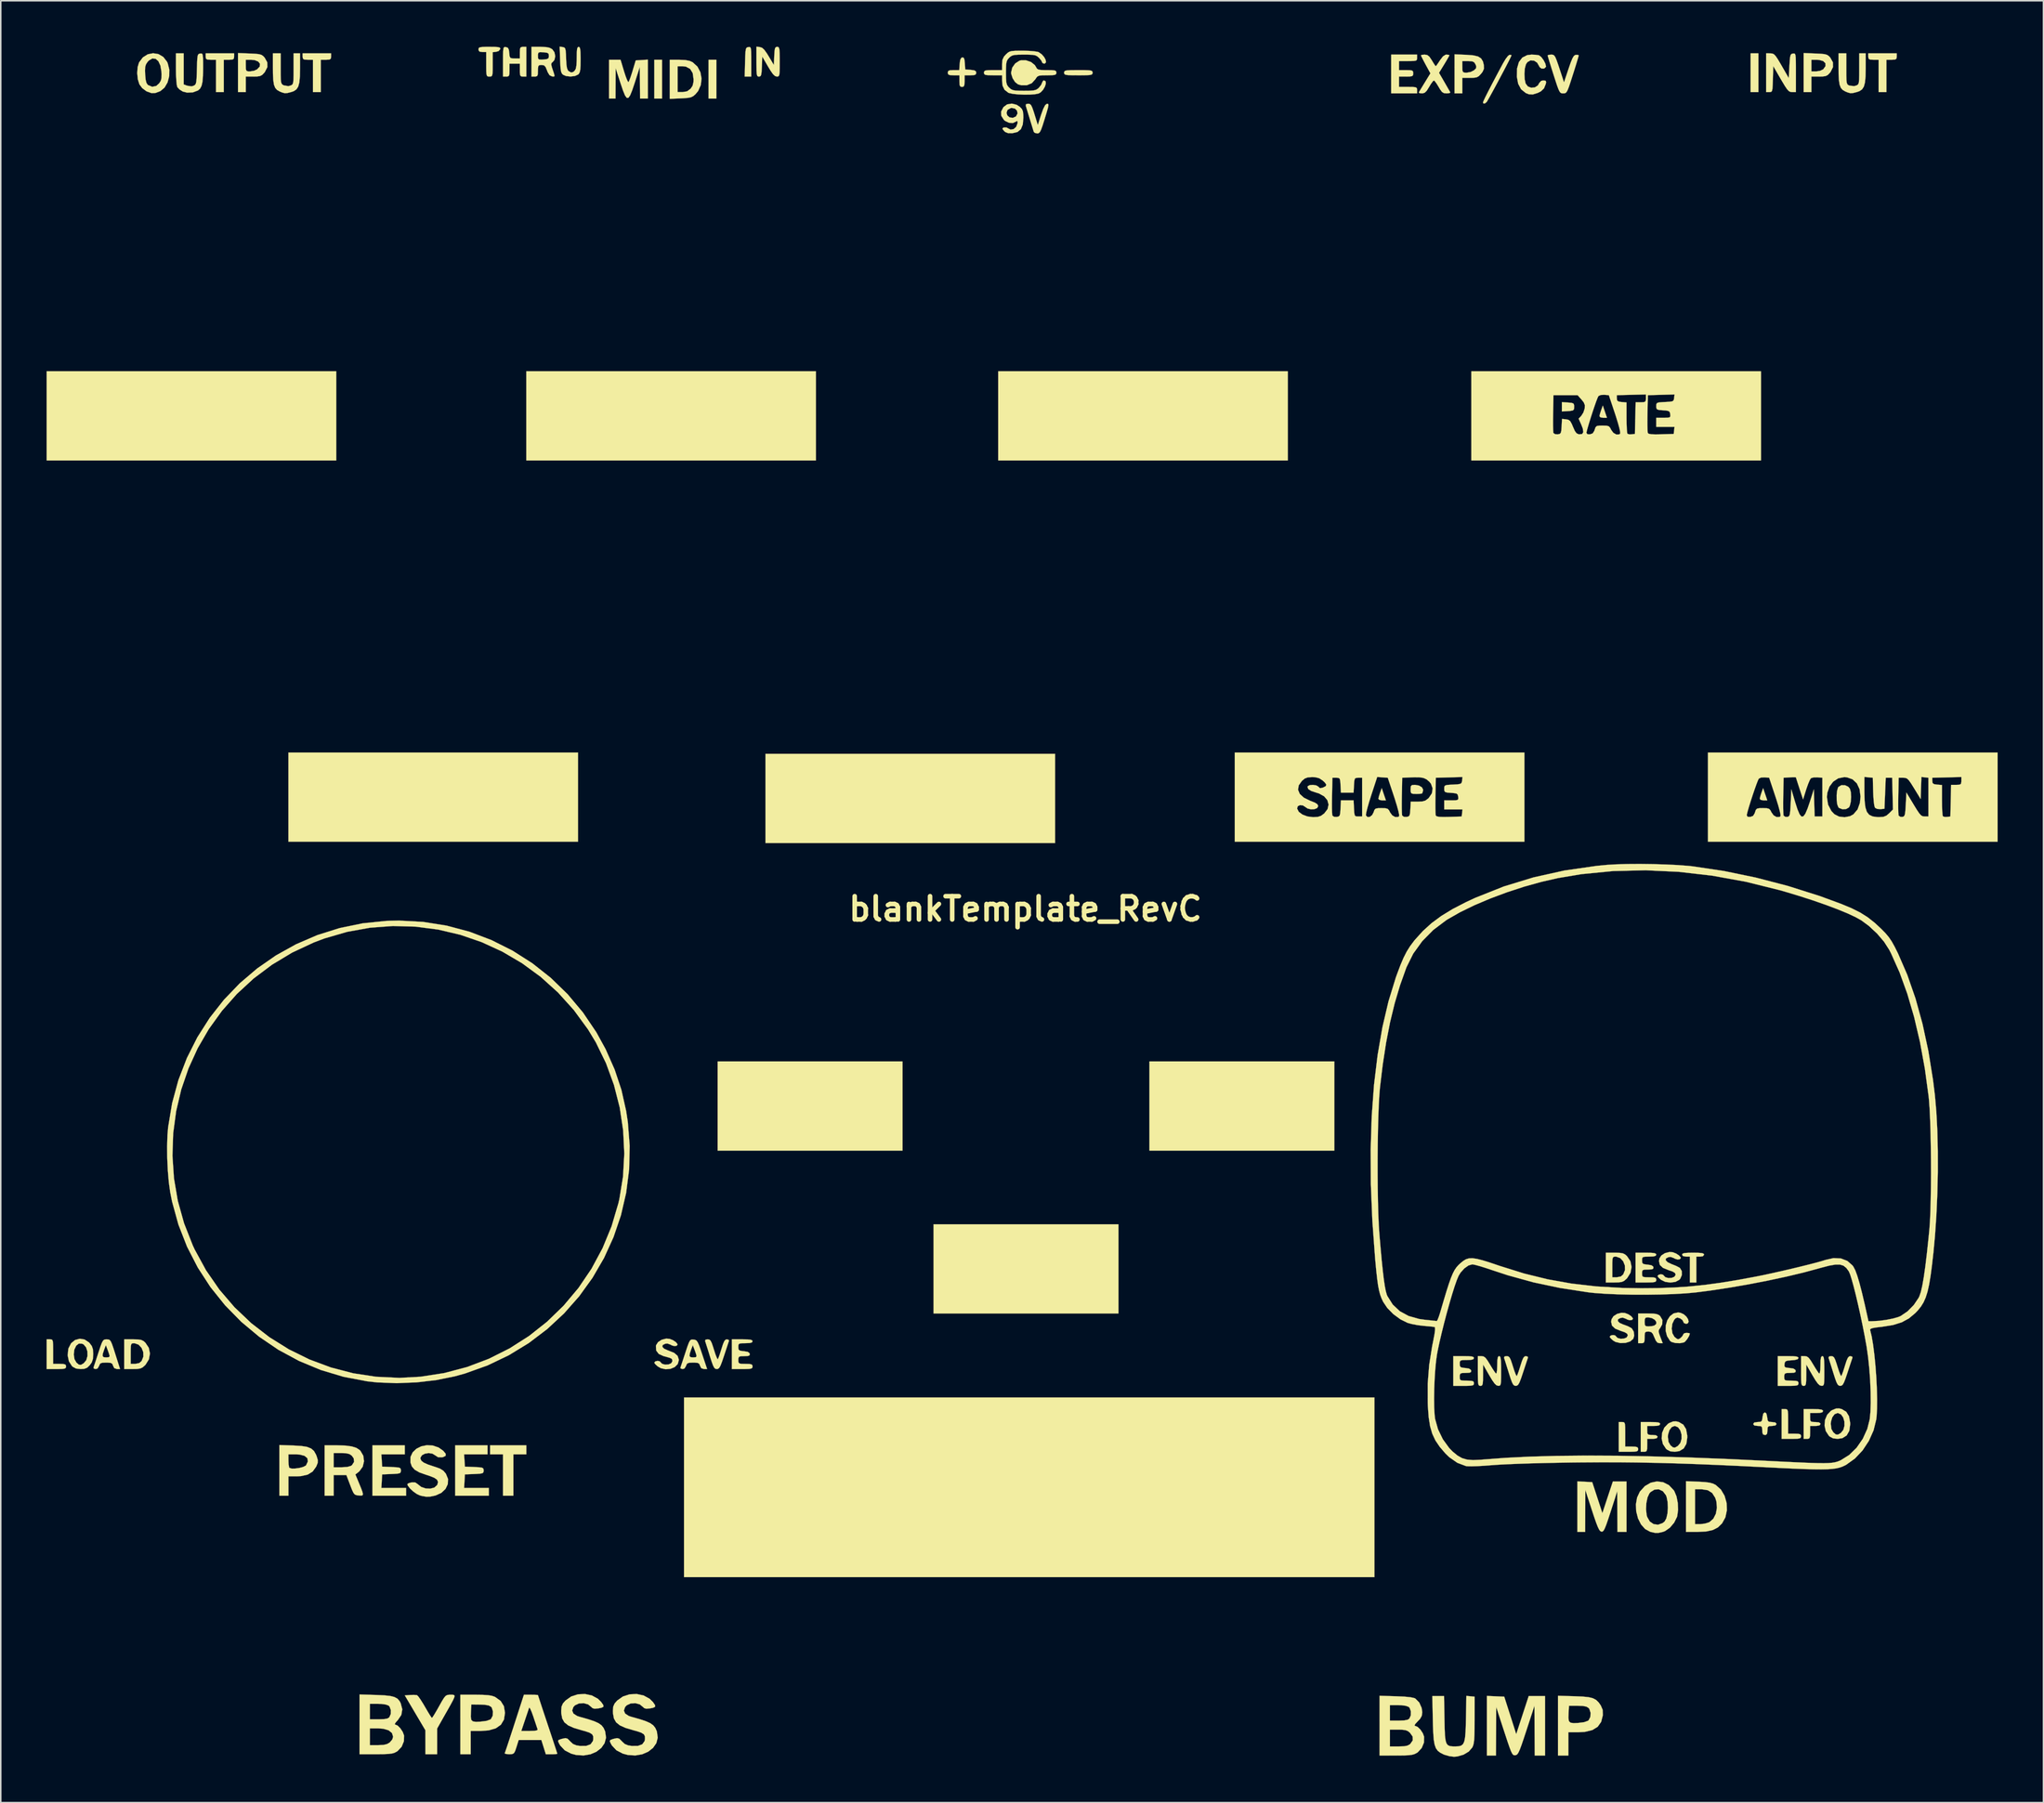
<source format=kicad_pcb>
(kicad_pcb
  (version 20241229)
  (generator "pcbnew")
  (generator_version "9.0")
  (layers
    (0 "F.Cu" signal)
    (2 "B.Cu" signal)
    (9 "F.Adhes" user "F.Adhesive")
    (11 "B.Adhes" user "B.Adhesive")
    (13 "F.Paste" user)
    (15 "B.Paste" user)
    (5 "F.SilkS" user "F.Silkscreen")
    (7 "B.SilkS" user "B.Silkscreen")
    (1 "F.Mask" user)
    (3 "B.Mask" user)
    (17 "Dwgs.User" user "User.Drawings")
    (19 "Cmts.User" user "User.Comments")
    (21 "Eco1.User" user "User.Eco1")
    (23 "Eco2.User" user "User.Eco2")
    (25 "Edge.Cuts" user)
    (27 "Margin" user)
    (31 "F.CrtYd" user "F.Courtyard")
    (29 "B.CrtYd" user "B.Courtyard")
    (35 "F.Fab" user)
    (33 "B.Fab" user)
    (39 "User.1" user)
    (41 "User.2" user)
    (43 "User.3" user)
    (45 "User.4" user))
  (footprint "blankTemplate_RevC"
    (layer "F.Cu")
    (at 64.098 56.492)
    (property "Reference" "blankTemplate_RevC" (at 0 0 0) (layer "F.SilkS") (effects (font (size 1.524 1.524) (thickness 0.3))))
    (attr through_hole)
    (fp_poly (pts (xy -45.127 -29.379) (xy -64.093 -29.379) (xy -64.093 -35.221) (xy -45.127 -35.221) (xy -45.127 -29.379)) (stroke (width 0.01) (type solid)) (fill yes) (layer "F.SilkS"))
    (fp_poly (pts (xy -29.295 -4.403) (xy -48.26 -4.403) (xy -48.26 -10.245) (xy -29.295 -10.245) (xy -29.295 -4.403)) (stroke (width 0.01) (type solid)) (fill yes) (layer "F.SilkS"))
    (fp_poly (pts (xy -23.791 -53.086) (xy -24.299 -53.086) (xy -24.299 -55.626) (xy -23.791 -55.626) (xy -23.791 -53.086)) (stroke (width 0.01) (type solid)) (fill yes) (layer "F.SilkS"))
    (fp_poly (pts (xy -20.235 -53.086) (xy -20.743 -53.086) (xy -20.743 -55.626) (xy -20.235 -55.626) (xy -20.235 -53.086)) (stroke (width 0.01) (type solid)) (fill yes) (layer "F.SilkS"))
    (fp_poly (pts (xy -13.716 -29.379) (xy -32.681 -29.379) (xy -32.681 -35.221) (xy -13.716 -35.221) (xy -13.716 -29.379)) (stroke (width 0.01) (type solid)) (fill yes) (layer "F.SilkS"))
    (fp_poly (pts (xy -8.043 15.833) (xy -20.151 15.833) (xy -20.151 9.991) (xy -8.043 9.991) (xy -8.043 15.833)) (stroke (width 0.01) (type solid)) (fill yes) (layer "F.SilkS"))
    (fp_poly (pts (xy 1.947 -4.318) (xy -17.018 -4.318) (xy -17.018 -10.16) (xy 1.947 -10.16) (xy 1.947 -4.318)) (stroke (width 0.01) (type solid)) (fill yes) (layer "F.SilkS"))
    (fp_poly (pts (xy 6.096 26.501) (xy -6.011 26.501) (xy -6.011 20.659) (xy 6.096 20.659) (xy 6.096 26.501)) (stroke (width 0.01) (type solid)) (fill yes) (layer "F.SilkS"))
    (fp_poly (pts (xy 17.187 -29.379) (xy -1.778 -29.379) (xy -1.778 -35.221) (xy 17.187 -35.221) (xy 17.187 -29.379)) (stroke (width 0.01) (type solid)) (fill yes) (layer "F.SilkS"))
    (fp_poly (pts (xy 20.235 15.833) (xy 8.128 15.833) (xy 8.128 9.991) (xy 20.235 9.991) (xy 20.235 15.833)) (stroke (width 0.01) (type solid)) (fill yes) (layer "F.SilkS"))
    (fp_poly (pts (xy 22.86 43.773) (xy -22.352 43.773) (xy -22.352 32.004) (xy 22.86 32.004) (xy 22.86 43.773)) (stroke (width 0.01) (type solid)) (fill yes) (layer "F.SilkS"))
    (fp_poly (pts (xy 48.006 -53.509) (xy 47.498 -53.509) (xy 47.498 -56.049) (xy 48.006 -56.049) (xy 48.006 -53.509)) (stroke (width 0.01) (type solid)) (fill yes) (layer "F.SilkS"))
    (fp_poly (pts (xy -32.681 35.729) (xy -33.528 35.729) (xy -33.528 38.439) (xy -34.205 38.439) (xy -34.205 35.729) (xy -35.052 35.729) (xy -35.052 35.137) (xy -32.681 35.137) (xy -32.681 35.729)) (stroke (width 0.01) (type solid)) (fill yes) (layer "F.SilkS"))
    (fp_poly (pts (xy 23.475 -7.512) (xy 23.612 -7.112) (xy 23.363 -7.112) (xy 23.181 -7.144) (xy 23.12 -7.218) (xy 23.152 -7.364) (xy 23.221 -7.583) (xy 23.233 -7.618) (xy 23.339 -7.912) (xy 23.475 -7.512)) (stroke (width 0.01) (type solid)) (fill yes) (layer "F.SilkS"))
    (fp_poly (pts (xy 37.953 -32.573) (xy 38.09 -32.173) (xy 37.841 -32.173) (xy 37.659 -32.205) (xy 37.598 -32.279) (xy 37.63 -32.425) (xy 37.699 -32.645) (xy 37.711 -32.679) (xy 37.817 -32.973) (xy 37.953 -32.573)) (stroke (width 0.01) (type solid)) (fill yes) (layer "F.SilkS"))
    (fp_poly (pts (xy 48.452 -7.512) (xy 48.588 -7.112) (xy 48.34 -7.112) (xy 48.158 -7.144) (xy 48.097 -7.218) (xy 48.129 -7.364) (xy 48.198 -7.583) (xy 48.21 -7.618) (xy 48.316 -7.912) (xy 48.452 -7.512)) (stroke (width 0.01) (type solid)) (fill yes) (layer "F.SilkS"))
    (fp_poly (pts (xy 35.539 -33.173) (xy 35.782 -33.15) (xy 35.9 -33.102) (xy 35.938 -32.997) (xy 35.941 -32.893) (xy 35.93 -32.739) (xy 35.865 -32.66) (xy 35.704 -32.626) (xy 35.539 -32.613) (xy 35.137 -32.587) (xy 35.137 -33.199) (xy 35.539 -33.173)) (stroke (width 0.01) (type solid)) (fill yes) (layer "F.SilkS"))
    (fp_poly (pts (xy -18.004 -56.434) (xy -17.972 -56.342) (xy -17.956 -56.16) (xy -17.95 -55.859) (xy -17.949 -55.505) (xy -17.949 -54.525) (xy -18.378 -54.525) (xy -18.354 -55.478) (xy -18.342 -55.891) (xy -18.326 -56.164) (xy -18.3 -56.328) (xy -18.257 -56.413) (xy -18.191 -56.448) (xy -18.14 -56.457) (xy -18.058 -56.463) (xy -18.004 -56.434)) (stroke (width 0.01) (type solid)) (fill yes) (layer "F.SilkS"))
    (fp_poly (pts (xy -51.816 -55.838) (xy -51.834 -55.701) (xy -51.922 -55.641) (xy -52.125 -55.626) (xy -52.155 -55.626) (xy -52.493 -55.626) (xy -52.493 -53.509) (xy -53.001 -53.509) (xy -53.001 -55.626) (xy -53.34 -55.626) (xy -53.558 -55.638) (xy -53.655 -55.692) (xy -53.679 -55.819) (xy -53.679 -55.838) (xy -53.679 -56.049) (xy -51.816 -56.049) (xy -51.816 -55.838)) (stroke (width 0.01) (type solid)) (fill yes) (layer "F.SilkS"))
    (fp_poly (pts (xy -45.466 -55.838) (xy -45.484 -55.701) (xy -45.572 -55.641) (xy -45.775 -55.626) (xy -45.805 -55.626) (xy -46.143 -55.626) (xy -46.143 -53.509) (xy -46.651 -53.509) (xy -46.651 -55.626) (xy -46.99 -55.626) (xy -47.208 -55.638) (xy -47.305 -55.692) (xy -47.329 -55.819) (xy -47.329 -55.838) (xy -47.329 -56.049) (xy -45.466 -56.049) (xy -45.466 -55.838)) (stroke (width 0.01) (type solid)) (fill yes) (layer "F.SilkS"))
    (fp_poly (pts (xy 57.065 -55.838) (xy 57.047 -55.701) (xy 56.96 -55.641) (xy 56.756 -55.626) (xy 56.727 -55.626) (xy 56.388 -55.626) (xy 56.388 -53.509) (xy 55.88 -53.509) (xy 55.88 -55.626) (xy 55.541 -55.626) (xy 55.323 -55.638) (xy 55.226 -55.692) (xy 55.203 -55.819) (xy 55.203 -55.838) (xy 55.203 -56.049) (xy 57.065 -56.049) (xy 57.065 -55.838)) (stroke (width 0.01) (type solid)) (fill yes) (layer "F.SilkS"))
    (fp_poly (pts (xy 25.778 -8.082) (xy 25.968 -7.966) (xy 26.051 -7.81) (xy 26.04 -7.729) (xy 25.998 -7.599) (xy 25.993 -7.571) (xy 25.917 -7.55) (xy 25.725 -7.537) (xy 25.612 -7.535) (xy 25.378 -7.542) (xy 25.267 -7.585) (xy 25.233 -7.7) (xy 25.231 -7.832) (xy 25.244 -8.03) (xy 25.317 -8.112) (xy 25.502 -8.128) (xy 25.521 -8.128) (xy 25.778 -8.082)) (stroke (width 0.01) (type solid)) (fill yes) (layer "F.SilkS"))
    (fp_poly (pts (xy 44.09 22.527) (xy 44.31 22.546) (xy 44.42 22.586) (xy 44.45 22.648) (xy 44.374 22.749) (xy 44.196 22.775) (xy 43.942 22.775) (xy 43.942 24.469) (xy 43.519 24.469) (xy 43.519 22.775) (xy 43.265 22.775) (xy 43.063 22.737) (xy 43.011 22.648) (xy 43.041 22.585) (xy 43.153 22.546) (xy 43.376 22.527) (xy 43.73 22.521) (xy 44.09 22.527)) (stroke (width 0.01) (type solid)) (fill yes) (layer "F.SilkS"))
    (fp_poly (pts (xy 53.677 -8.105) (xy 53.895 -7.999) (xy 53.998 -7.874) (xy 54.061 -7.646) (xy 54.079 -7.338) (xy 54.056 -7.019) (xy 53.993 -6.756) (xy 53.937 -6.651) (xy 53.751 -6.543) (xy 53.51 -6.53) (xy 53.295 -6.612) (xy 53.245 -6.659) (xy 53.172 -6.84) (xy 53.134 -7.124) (xy 53.13 -7.447) (xy 53.161 -7.746) (xy 53.226 -7.96) (xy 53.248 -7.992) (xy 53.439 -8.106) (xy 53.677 -8.105)) (stroke (width 0.01) (type solid)) (fill yes) (layer "F.SilkS"))
    (fp_poly (pts (xy -63.783 28.2) (xy -63.721 28.237) (xy -63.687 28.339) (xy -63.673 28.537) (xy -63.669 28.862) (xy -63.669 28.998) (xy -63.669 29.803) (xy -63.246 29.803) (xy -62.992 29.812) (xy -62.865 29.849) (xy -62.824 29.933) (xy -62.823 29.972) (xy -62.838 30.059) (xy -62.906 30.109) (xy -63.063 30.134) (xy -63.343 30.141) (xy -63.458 30.141) (xy -64.093 30.141) (xy -64.093 28.194) (xy -63.881 28.194) (xy -63.783 28.2)) (stroke (width 0.01) (type solid)) (fill yes) (layer "F.SilkS"))
    (fp_poly (pts (xy 39.172 33.618) (xy 39.234 33.656) (xy 39.268 33.758) (xy 39.282 33.956) (xy 39.285 34.281) (xy 39.285 34.417) (xy 39.285 35.221) (xy 39.709 35.221) (xy 39.963 35.23) (xy 40.089 35.268) (xy 40.13 35.352) (xy 40.132 35.391) (xy 40.117 35.477) (xy 40.049 35.528) (xy 39.892 35.552) (xy 39.611 35.56) (xy 39.497 35.56) (xy 38.862 35.56) (xy 38.862 33.613) (xy 39.074 33.613) (xy 39.172 33.618)) (stroke (width 0.01) (type solid)) (fill yes) (layer "F.SilkS"))
    (fp_poly (pts (xy 49.84 32.772) (xy 49.902 32.809) (xy 49.936 32.911) (xy 49.95 33.109) (xy 49.953 33.434) (xy 49.953 33.57) (xy 49.953 34.375) (xy 50.377 34.375) (xy 50.631 34.384) (xy 50.757 34.421) (xy 50.798 34.505) (xy 50.8 34.544) (xy 50.785 34.631) (xy 50.717 34.681) (xy 50.56 34.706) (xy 50.279 34.713) (xy 50.165 34.713) (xy 49.53 34.713) (xy 49.53 32.766) (xy 49.742 32.766) (xy 49.84 32.772)) (stroke (width 0.01) (type solid)) (fill yes) (layer "F.SilkS"))
    (fp_poly (pts (xy -35.221 35.729) (xy -36.755 35.729) (xy -36.703 36.534) (xy -36.089 36.559) (xy -35.773 36.575) (xy -35.589 36.601) (xy -35.502 36.649) (xy -35.477 36.735) (xy -35.475 36.788) (xy -35.486 36.893) (xy -35.541 36.957) (xy -35.677 36.991) (xy -35.93 37.01) (xy -36.089 37.017) (xy -36.703 37.042) (xy -36.729 37.486) (xy -36.754 37.931) (xy -35.137 37.931) (xy -35.137 38.439) (xy -37.338 38.439) (xy -37.338 35.137) (xy -35.221 35.137) (xy -35.221 35.729)) (stroke (width 0.01) (type solid)) (fill yes) (layer "F.SilkS"))
    (fp_poly (pts (xy -40.64 35.729) (xy -42.173 35.729) (xy -42.147 36.132) (xy -42.122 36.534) (xy -41.508 36.559) (xy -41.191 36.575) (xy -41.008 36.601) (xy -40.921 36.649) (xy -40.895 36.735) (xy -40.894 36.788) (xy -40.904 36.893) (xy -40.959 36.957) (xy -41.095 36.991) (xy -41.349 37.01) (xy -41.508 37.017) (xy -42.122 37.042) (xy -42.147 37.486) (xy -42.173 37.931) (xy -40.555 37.931) (xy -40.555 38.439) (xy -42.757 38.439) (xy -42.757 35.137) (xy -40.64 35.137) (xy -40.64 35.729)) (stroke (width 0.01) (type solid)) (fill yes) (layer "F.SilkS"))
    (fp_poly (pts (xy 3.879 -54.947) (xy 4.146 -54.937) (xy 4.303 -54.915) (xy 4.378 -54.875) (xy 4.402 -54.811) (xy 4.403 -54.779) (xy 4.392 -54.705) (xy 4.34 -54.657) (xy 4.218 -54.628) (xy 3.997 -54.614) (xy 3.647 -54.61) (xy 3.471 -54.61) (xy 3.064 -54.612) (xy 2.796 -54.621) (xy 2.639 -54.644) (xy 2.564 -54.684) (xy 2.541 -54.747) (xy 2.54 -54.779) (xy 2.551 -54.853) (xy 2.602 -54.902) (xy 2.724 -54.931) (xy 2.946 -54.944) (xy 3.296 -54.948) (xy 3.471 -54.949) (xy 3.879 -54.947)) (stroke (width 0.01) (type solid)) (fill yes) (layer "F.SilkS"))
    (fp_poly (pts (xy 31.817 -55.941) (xy 31.835 -55.912) (xy 31.796 -55.82) (xy 31.692 -55.608) (xy 31.535 -55.303) (xy 31.342 -54.932) (xy 31.126 -54.525) (xy 30.903 -54.107) (xy 30.688 -53.708) (xy 30.495 -53.355) (xy 30.339 -53.075) (xy 30.235 -52.897) (xy 30.205 -52.853) (xy 30.082 -52.758) (xy 29.989 -52.774) (xy 29.972 -52.833) (xy 30.012 -52.942) (xy 30.128 -53.187) (xy 30.314 -53.556) (xy 30.564 -54.038) (xy 30.871 -54.621) (xy 31.23 -55.293) (xy 31.296 -55.414) (xy 31.453 -55.675) (xy 31.599 -55.868) (xy 31.702 -55.95) (xy 31.817 -55.941)) (stroke (width 0.01) (type solid)) (fill yes) (layer "F.SilkS"))
    (fp_poly (pts (xy 37.124 37.55) (xy 37.789 39.582) (xy 38.132 38.544) (xy 38.476 37.507) (xy 39.37 37.507) (xy 39.37 40.809) (xy 38.777 40.809) (xy 38.77 39.476) (xy 38.762 38.142) (xy 38.331 39.48) (xy 38.168 39.977) (xy 38.045 40.333) (xy 37.95 40.571) (xy 37.875 40.713) (xy 37.808 40.78) (xy 37.74 40.793) (xy 37.727 40.792) (xy 37.654 40.758) (xy 37.578 40.662) (xy 37.49 40.483) (xy 37.38 40.201) (xy 37.238 39.792) (xy 37.113 39.412) (xy 36.672 38.058) (xy 36.661 40.809) (xy 36.153 40.809) (xy 36.153 37.499) (xy 37.124 37.55)) (stroke (width 0.01) (type solid)) (fill yes) (layer "F.SilkS"))
    (fp_poly (pts (xy 41.271 33.619) (xy 41.468 33.643) (xy 41.557 33.691) (xy 41.571 33.74) (xy 41.526 33.82) (xy 41.369 33.859) (xy 41.148 33.867) (xy 40.725 33.867) (xy 40.725 34.163) (xy 40.735 34.353) (xy 40.798 34.437) (xy 40.963 34.459) (xy 41.063 34.459) (xy 41.299 34.48) (xy 41.396 34.55) (xy 41.402 34.586) (xy 41.346 34.675) (xy 41.161 34.711) (xy 41.063 34.713) (xy 40.725 34.713) (xy 40.725 35.137) (xy 40.718 35.388) (xy 40.683 35.513) (xy 40.598 35.556) (xy 40.513 35.56) (xy 40.301 35.56) (xy 40.301 33.613) (xy 40.936 33.613) (xy 41.271 33.619)) (stroke (width 0.01) (type solid)) (fill yes) (layer "F.SilkS"))
    (fp_poly (pts (xy 51.939 32.773) (xy 52.136 32.797) (xy 52.225 32.844) (xy 52.239 32.893) (xy 52.194 32.973) (xy 52.037 33.012) (xy 51.816 33.02) (xy 51.393 33.02) (xy 51.393 33.316) (xy 51.403 33.506) (xy 51.466 33.59) (xy 51.631 33.612) (xy 51.731 33.613) (xy 51.967 33.634) (xy 52.064 33.703) (xy 52.07 33.74) (xy 52.014 33.828) (xy 51.829 33.864) (xy 51.731 33.867) (xy 51.393 33.867) (xy 51.393 34.29) (xy 51.386 34.541) (xy 51.351 34.667) (xy 51.266 34.709) (xy 51.181 34.713) (xy 50.969 34.713) (xy 50.969 32.766) (xy 51.604 32.766) (xy 51.939 32.773)) (stroke (width 0.01) (type solid)) (fill yes) (layer "F.SilkS"))
    (fp_poly (pts (xy 25.654 -55.753) (xy 25.645 -55.642) (xy 25.595 -55.579) (xy 25.465 -55.55) (xy 25.219 -55.542) (xy 25.061 -55.541) (xy 24.469 -55.541) (xy 24.469 -54.949) (xy 24.934 -54.949) (xy 25.201 -54.943) (xy 25.34 -54.914) (xy 25.392 -54.843) (xy 25.4 -54.737) (xy 25.388 -54.616) (xy 25.324 -54.553) (xy 25.167 -54.529) (xy 24.934 -54.525) (xy 24.469 -54.525) (xy 24.469 -53.848) (xy 25.061 -53.848) (xy 25.371 -53.845) (xy 25.548 -53.827) (xy 25.63 -53.78) (xy 25.653 -53.693) (xy 25.654 -53.636) (xy 25.654 -53.425) (xy 23.961 -53.425) (xy 23.961 -55.965) (xy 25.654 -55.965) (xy 25.654 -55.753)) (stroke (width 0.01) (type solid)) (fill yes) (layer "F.SilkS"))
    (fp_poly (pts (xy -34.736 -56.469) (xy -34.522 -56.454) (xy -34.416 -56.421) (xy -34.386 -56.364) (xy -34.39 -56.325) (xy -34.493 -56.198) (xy -34.651 -56.15) (xy -34.883 -56.123) (xy -34.883 -55.324) (xy -34.884 -54.953) (xy -34.894 -54.719) (xy -34.921 -54.592) (xy -34.974 -54.538) (xy -35.061 -54.526) (xy -35.094 -54.525) (xy -35.192 -54.531) (xy -35.254 -54.569) (xy -35.288 -54.671) (xy -35.303 -54.868) (xy -35.306 -55.194) (xy -35.306 -55.33) (xy -35.306 -56.134) (xy -35.56 -56.134) (xy -35.746 -56.161) (xy -35.811 -56.26) (xy -35.814 -56.303) (xy -35.801 -56.385) (xy -35.739 -56.436) (xy -35.595 -56.462) (xy -35.338 -56.472) (xy -35.088 -56.473) (xy -34.736 -56.469)) (stroke (width 0.01) (type solid)) (fill yes) (layer "F.SilkS"))
    (fp_poly (pts (xy -24.723 -53.086) (xy -25.231 -53.086) (xy -25.239 -54.123) (xy -25.247 -55.16) (xy -25.582 -54.118) (xy -25.747 -53.626) (xy -25.88 -53.298) (xy -25.995 -53.133) (xy -26.103 -53.131) (xy -26.217 -53.291) (xy -26.349 -53.614) (xy -26.513 -54.099) (xy -26.514 -54.103) (xy -26.829 -55.076) (xy -26.834 -54.081) (xy -26.839 -53.086) (xy -27.263 -53.086) (xy -27.263 -55.626) (xy -26.509 -55.626) (xy -26.279 -54.861) (xy -26.174 -54.54) (xy -26.081 -54.299) (xy -26.011 -54.172) (xy -25.986 -54.163) (xy -25.934 -54.27) (xy -25.85 -54.497) (xy -25.751 -54.801) (xy -25.719 -54.906) (xy -25.515 -55.584) (xy -25.119 -55.609) (xy -24.723 -55.635) (xy -24.723 -53.086)) (stroke (width 0.01) (type solid)) (fill yes) (layer "F.SilkS"))
    (fp_poly (pts (xy 31.363 51.604) (xy 32.147 54.06) (xy 32.556 52.811) (xy 32.965 51.562) (xy 34.036 51.562) (xy 34.036 55.457) (xy 33.359 55.457) (xy 33.35 53.827) (xy 33.341 52.197) (xy 32.815 53.806) (xy 32.634 54.356) (xy 32.494 54.766) (xy 32.386 55.056) (xy 32.301 55.247) (xy 32.229 55.361) (xy 32.16 55.418) (xy 32.086 55.439) (xy 32.083 55.439) (xy 32.01 55.44) (xy 31.946 55.409) (xy 31.881 55.327) (xy 31.805 55.173) (xy 31.71 54.925) (xy 31.585 54.565) (xy 31.422 54.07) (xy 31.357 53.873) (xy 30.837 52.282) (xy 30.828 53.869) (xy 30.819 55.457) (xy 30.226 55.457) (xy 30.226 51.554) (xy 31.363 51.604)) (stroke (width 0.01) (type solid)) (fill yes) (layer "F.SilkS"))
    (fp_poly (pts (xy -22.669 -55.626) (xy -22.272 -55.609) (xy -21.989 -55.554) (xy -21.785 -55.46) (xy -21.476 -55.18) (xy -21.282 -54.813) (xy -21.207 -54.398) (xy -21.254 -53.976) (xy -21.426 -53.584) (xy -21.608 -53.365) (xy -21.747 -53.247) (xy -21.893 -53.173) (xy -22.093 -53.131) (xy -22.394 -53.107) (xy -22.569 -53.098) (xy -23.283 -53.069) (xy -23.283 -55.203) (xy -22.775 -55.203) (xy -22.775 -53.509) (xy -22.451 -53.509) (xy -22.154 -53.558) (xy -21.927 -53.723) (xy -21.793 -53.917) (xy -21.734 -54.162) (xy -21.727 -54.356) (xy -21.784 -54.755) (xy -21.953 -55.03) (xy -22.231 -55.178) (xy -22.451 -55.203) (xy -22.775 -55.203) (xy -23.283 -55.203) (xy -23.283 -55.626) (xy -22.669 -55.626)) (stroke (width 0.01) (type solid)) (fill yes) (layer "F.SilkS"))
    (fp_poly (pts (xy 51.739 -56.037) (xy 52.108 -56.019) (xy 52.351 -55.992) (xy 52.508 -55.946) (xy 52.621 -55.867) (xy 52.712 -55.769) (xy 52.885 -55.462) (xy 52.889 -55.142) (xy 52.727 -54.822) (xy 52.697 -54.786) (xy 52.556 -54.637) (xy 52.411 -54.559) (xy 52.202 -54.529) (xy 51.978 -54.525) (xy 51.477 -54.525) (xy 51.477 -53.509) (xy 50.969 -53.509) (xy 50.969 -55.626) (xy 51.477 -55.626) (xy 51.477 -54.864) (xy 51.788 -54.864) (xy 52.04 -54.901) (xy 52.24 -54.993) (xy 52.254 -55.004) (xy 52.402 -55.21) (xy 52.397 -55.397) (xy 52.252 -55.54) (xy 51.983 -55.618) (xy 51.841 -55.626) (xy 51.477 -55.626) (xy 50.969 -55.626) (xy 50.969 -56.066) (xy 51.739 -56.037)) (stroke (width 0.01) (type solid)) (fill yes) (layer "F.SilkS"))
    (fp_poly (pts (xy -58.108 28.202) (xy -57.899 28.235) (xy -57.751 28.308) (xy -57.629 28.415) (xy -57.405 28.748) (xy -57.328 29.125) (xy -57.398 29.506) (xy -57.615 29.855) (xy -57.656 29.898) (xy -57.808 30.032) (xy -57.963 30.105) (xy -58.178 30.136) (xy -58.456 30.141) (xy -59.013 30.141) (xy -59.013 29.125) (xy -58.589 29.125) (xy -58.589 29.803) (xy -58.298 29.803) (xy -58.029 29.751) (xy -57.874 29.614) (xy -57.759 29.33) (xy -57.767 29.028) (xy -57.877 28.751) (xy -58.072 28.544) (xy -58.332 28.45) (xy -58.374 28.448) (xy -58.481 28.455) (xy -58.545 28.498) (xy -58.577 28.613) (xy -58.588 28.833) (xy -58.589 29.125) (xy -59.013 29.125) (xy -59.013 28.194) (xy -58.432 28.194) (xy -58.108 28.202)) (stroke (width 0.01) (type solid)) (fill yes) (layer "F.SilkS"))
    (fp_poly (pts (xy -50.793 -56.037) (xy -50.423 -56.019) (xy -50.181 -55.992) (xy -50.024 -55.946) (xy -49.911 -55.867) (xy -49.819 -55.769) (xy -49.647 -55.462) (xy -49.642 -55.142) (xy -49.805 -54.822) (xy -49.834 -54.786) (xy -49.976 -54.637) (xy -50.121 -54.559) (xy -50.33 -54.529) (xy -50.554 -54.525) (xy -51.054 -54.525) (xy -51.054 -53.509) (xy -51.562 -53.509) (xy -51.562 -55.626) (xy -51.054 -55.626) (xy -51.054 -55.245) (xy -51.047 -55.011) (xy -51.005 -54.9) (xy -50.893 -54.866) (xy -50.777 -54.864) (xy -50.518 -54.905) (xy -50.311 -54.996) (xy -50.139 -55.18) (xy -50.12 -55.36) (xy -50.238 -55.511) (xy -50.476 -55.606) (xy -50.69 -55.626) (xy -51.054 -55.626) (xy -51.562 -55.626) (xy -51.562 -56.066) (xy -50.793 -56.037)) (stroke (width 0.01) (type solid)) (fill yes) (layer "F.SilkS"))
    (fp_poly (pts (xy 0.29 -52.729) (xy 0.373 -52.655) (xy 0.453 -52.492) (xy 0.551 -52.211) (xy 0.601 -52.049) (xy 0.816 -51.35) (xy 1.034 -52.028) (xy 1.172 -52.406) (xy 1.295 -52.646) (xy 1.388 -52.732) (xy 1.463 -52.742) (xy 1.505 -52.716) (xy 1.51 -52.631) (xy 1.475 -52.462) (xy 1.396 -52.184) (xy 1.271 -51.771) (xy 1.253 -51.711) (xy 1.127 -51.313) (xy 1.032 -51.05) (xy 0.954 -50.896) (xy 0.878 -50.822) (xy 0.79 -50.801) (xy 0.781 -50.801) (xy 0.615 -50.841) (xy 0.553 -50.906) (xy 0.515 -51.024) (xy 0.442 -51.263) (xy 0.344 -51.581) (xy 0.235 -51.938) (xy 0.127 -52.292) (xy 0.033 -52.599) (xy 0.04 -52.714) (xy 0.178 -52.747) (xy 0.188 -52.747) (xy 0.29 -52.729)) (stroke (width 0.01) (type solid)) (fill yes) (layer "F.SilkS"))
    (fp_poly (pts (xy 38.92 22.529) (xy 39.129 22.562) (xy 39.277 22.635) (xy 39.399 22.742) (xy 39.623 23.076) (xy 39.7 23.452) (xy 39.63 23.834) (xy 39.413 24.183) (xy 39.372 24.226) (xy 39.22 24.359) (xy 39.065 24.433) (xy 38.85 24.463) (xy 38.572 24.469) (xy 38.015 24.469) (xy 38.015 23.453) (xy 38.439 23.453) (xy 38.439 24.13) (xy 38.73 24.13) (xy 38.999 24.078) (xy 39.154 23.942) (xy 39.269 23.658) (xy 39.261 23.355) (xy 39.151 23.078) (xy 38.956 22.871) (xy 38.696 22.777) (xy 38.654 22.775) (xy 38.547 22.782) (xy 38.483 22.826) (xy 38.451 22.94) (xy 38.44 23.16) (xy 38.439 23.453) (xy 38.015 23.453) (xy 38.015 22.521) (xy 38.596 22.521) (xy 38.92 22.529)) (stroke (width 0.01) (type solid)) (fill yes) (layer "F.SilkS"))
    (fp_poly (pts (xy -32.681 -54.525) (xy -32.893 -54.525) (xy -33.019 -54.539) (xy -33.081 -54.609) (xy -33.103 -54.779) (xy -33.105 -54.949) (xy -33.105 -55.372) (xy -33.782 -55.372) (xy -33.782 -54.949) (xy -33.789 -54.697) (xy -33.824 -54.572) (xy -33.909 -54.529) (xy -33.994 -54.525) (xy -34.205 -54.525) (xy -34.205 -55.505) (xy -34.204 -55.924) (xy -34.197 -56.201) (xy -34.178 -56.365) (xy -34.142 -56.443) (xy -34.084 -56.464) (xy -34.015 -56.457) (xy -33.89 -56.411) (xy -33.825 -56.285) (xy -33.798 -56.071) (xy -33.774 -55.845) (xy -33.714 -55.741) (xy -33.572 -55.712) (xy -33.438 -55.711) (xy -33.105 -55.711) (xy -33.105 -56.092) (xy -33.096 -56.327) (xy -33.053 -56.438) (xy -32.95 -56.471) (xy -32.893 -56.473) (xy -32.681 -56.473) (xy -32.681 -54.525)) (stroke (width 0.01) (type solid)) (fill yes) (layer "F.SilkS"))
    (fp_poly (pts (xy 28.869 -55.952) (xy 29.325 -55.917) (xy 29.641 -55.844) (xy 29.846 -55.715) (xy 29.967 -55.515) (xy 30.025 -55.278) (xy 30.033 -55.043) (xy 29.947 -54.843) (xy 29.846 -54.711) (xy 29.701 -54.557) (xy 29.556 -54.476) (xy 29.352 -54.445) (xy 29.118 -54.441) (xy 28.617 -54.441) (xy 28.617 -53.425) (xy 28.109 -53.425) (xy 28.109 -55.541) (xy 28.617 -55.541) (xy 28.617 -55.16) (xy 28.624 -54.926) (xy 28.667 -54.815) (xy 28.78 -54.782) (xy 28.904 -54.779) (xy 29.167 -54.827) (xy 29.388 -54.939) (xy 29.52 -55.073) (xy 29.528 -55.207) (xy 29.484 -55.32) (xy 29.396 -55.46) (xy 29.262 -55.525) (xy 29.024 -55.541) (xy 29 -55.541) (xy 28.617 -55.541) (xy 28.109 -55.541) (xy 28.109 -55.982) (xy 28.869 -55.952)) (stroke (width 0.01) (type solid)) (fill yes) (layer "F.SilkS"))
    (fp_poly (pts (xy 44.092 37.521) (xy 44.519 37.546) (xy 44.82 37.586) (xy 45.042 37.649) (xy 45.217 37.738) (xy 45.553 38.04) (xy 45.791 38.443) (xy 45.923 38.906) (xy 45.943 39.391) (xy 45.844 39.856) (xy 45.627 40.25) (xy 45.36 40.511) (xy 45.025 40.684) (xy 44.59 40.78) (xy 44.03 40.809) (xy 43.265 40.809) (xy 43.265 38.015) (xy 43.857 38.015) (xy 43.857 40.301) (xy 44.2 40.301) (xy 44.496 40.267) (xy 44.77 40.183) (xy 44.8 40.169) (xy 45.054 39.948) (xy 45.221 39.62) (xy 45.291 39.226) (xy 45.254 38.81) (xy 45.179 38.574) (xy 44.98 38.26) (xy 44.693 38.078) (xy 44.295 38.016) (xy 44.262 38.015) (xy 43.857 38.015) (xy 43.265 38.015) (xy 43.265 37.488) (xy 44.092 37.521)) (stroke (width 0.01) (type solid)) (fill yes) (layer "F.SilkS"))
    (fp_poly (pts (xy -48.768 -55.047) (xy -48.767 -54.621) (xy -48.759 -54.334) (xy -48.738 -54.153) (xy -48.699 -54.049) (xy -48.636 -53.988) (xy -48.557 -53.948) (xy -48.266 -53.899) (xy -48.133 -53.933) (xy -48.044 -53.972) (xy -47.984 -54.03) (xy -47.948 -54.137) (xy -47.929 -54.324) (xy -47.922 -54.621) (xy -47.921 -55.031) (xy -47.921 -56.049) (xy -47.498 -56.049) (xy -47.498 -55.071) (xy -47.508 -54.537) (xy -47.545 -54.144) (xy -47.618 -53.87) (xy -47.736 -53.687) (xy -47.909 -53.57) (xy -48.07 -53.514) (xy -48.325 -53.449) (xy -48.498 -53.438) (xy -48.671 -53.484) (xy -48.832 -53.551) (xy -49.004 -53.65) (xy -49.126 -53.789) (xy -49.207 -53.998) (xy -49.253 -54.303) (xy -49.273 -54.732) (xy -49.276 -55.081) (xy -49.276 -56.049) (xy -48.768 -56.049) (xy -48.768 -55.047)) (stroke (width 0.01) (type solid)) (fill yes) (layer "F.SilkS"))
    (fp_poly (pts (xy 0.053 -55.589) (xy 0.376 -55.476) (xy 0.621 -55.276) (xy 0.692 -55.161) (xy 0.755 -55.051) (xy 0.845 -54.988) (xy 1.006 -54.958) (xy 1.279 -54.949) (xy 1.411 -54.949) (xy 1.731 -54.944) (xy 1.918 -54.926) (xy 2.006 -54.882) (xy 2.031 -54.805) (xy 2.032 -54.779) (xy 2.016 -54.692) (xy 1.946 -54.641) (xy 1.785 -54.617) (xy 1.499 -54.61) (xy 1.418 -54.609) (xy 1.099 -54.605) (xy 0.903 -54.584) (xy 0.786 -54.529) (xy 0.702 -54.427) (xy 0.66 -54.355) (xy 0.422 -54.094) (xy 0.097 -53.958) (xy -0.275 -53.958) (xy -0.482 -54.018) (xy -0.672 -54.168) (xy -0.832 -54.417) (xy -0.923 -54.697) (xy -0.931 -54.796) (xy -0.856 -55.114) (xy -0.661 -55.387) (xy -0.389 -55.563) (xy -0.291 -55.59) (xy 0.053 -55.589)) (stroke (width 0.01) (type solid)) (fill yes) (layer "F.SilkS"))
    (fp_poly (pts (xy 53.763 -55.031) (xy 53.764 -54.602) (xy 53.772 -54.312) (xy 53.791 -54.13) (xy 53.829 -54.026) (xy 53.89 -53.97) (xy 53.975 -53.933) (xy 54.279 -53.901) (xy 54.398 -53.933) (xy 54.487 -53.972) (xy 54.547 -54.03) (xy 54.584 -54.138) (xy 54.602 -54.325) (xy 54.609 -54.622) (xy 54.61 -55.031) (xy 54.61 -56.049) (xy 55.033 -56.049) (xy 55.033 -55.071) (xy 55.023 -54.537) (xy 54.986 -54.144) (xy 54.913 -53.87) (xy 54.795 -53.687) (xy 54.622 -53.57) (xy 54.462 -53.514) (xy 54.207 -53.449) (xy 54.033 -53.438) (xy 53.861 -53.484) (xy 53.699 -53.551) (xy 53.527 -53.65) (xy 53.405 -53.789) (xy 53.325 -53.998) (xy 53.278 -54.303) (xy 53.258 -54.732) (xy 53.255 -55.081) (xy 53.255 -56.049) (xy 53.763 -56.049) (xy 53.763 -55.031)) (stroke (width 0.01) (type solid)) (fill yes) (layer "F.SilkS"))
    (fp_poly (pts (xy -37.509 51.478) (xy -37.418 51.493) (xy -37.379 51.543) (xy -37.398 51.65) (xy -37.48 51.833) (xy -37.631 52.115) (xy -37.856 52.515) (xy -37.975 52.724) (xy -38.523 53.693) (xy -38.523 55.372) (xy -39.285 55.372) (xy -39.286 54.589) (xy -39.287 53.806) (xy -39.962 52.663) (xy -40.638 51.52) (xy -40.291 51.493) (xy -40.044 51.486) (xy -39.863 51.5) (xy -39.835 51.508) (xy -39.749 51.596) (xy -39.606 51.798) (xy -39.429 52.08) (xy -39.316 52.273) (xy -39.137 52.58) (xy -38.989 52.823) (xy -38.89 52.969) (xy -38.862 52.997) (xy -38.806 52.929) (xy -38.688 52.742) (xy -38.527 52.469) (xy -38.397 52.238) (xy -38.205 51.896) (xy -38.068 51.676) (xy -37.96 51.551) (xy -37.856 51.494) (xy -37.727 51.478) (xy -37.647 51.477) (xy -37.509 51.478)) (stroke (width 0.01) (type solid)) (fill yes) (layer "F.SilkS"))
    (fp_poly (pts (xy -47.926 35.15) (xy -47.411 35.181) (xy -47.036 35.242) (xy -46.771 35.348) (xy -46.586 35.512) (xy -46.452 35.748) (xy -46.405 35.871) (xy -46.336 36.105) (xy -46.342 36.284) (xy -46.428 36.502) (xy -46.447 36.541) (xy -46.673 36.855) (xy -46.999 37.057) (xy -47.441 37.155) (xy -47.731 37.169) (xy -48.26 37.169) (xy -48.26 38.439) (xy -48.853 38.439) (xy -48.853 35.729) (xy -48.26 35.729) (xy -48.26 36.139) (xy -48.248 36.391) (xy -48.217 36.57) (xy -48.197 36.612) (xy -48.055 36.659) (xy -47.816 36.658) (xy -47.539 36.619) (xy -47.288 36.552) (xy -47.122 36.466) (xy -47.104 36.446) (xy -46.984 36.19) (xy -47.02 35.98) (xy -47.201 35.828) (xy -47.518 35.743) (xy -47.758 35.729) (xy -48.26 35.729) (xy -48.853 35.729) (xy -48.853 35.118) (xy -47.926 35.15)) (stroke (width 0.01) (type solid)) (fill yes) (layer "F.SilkS"))
    (fp_poly (pts (xy -4.042 -55.763) (xy -3.991 -55.65) (xy -3.963 -55.404) (xy -3.963 -55.398) (xy -3.937 -54.991) (xy -3.577 -54.965) (xy -3.344 -54.933) (xy -3.238 -54.867) (xy -3.217 -54.774) (xy -3.244 -54.671) (xy -3.352 -54.623) (xy -3.584 -54.61) (xy -3.598 -54.61) (xy -3.979 -54.61) (xy -3.979 -54.229) (xy -3.99 -53.991) (xy -4.036 -53.878) (xy -4.137 -53.848) (xy -4.149 -53.848) (xy -4.254 -53.873) (xy -4.305 -53.976) (xy -4.318 -54.202) (xy -4.318 -54.229) (xy -4.318 -54.61) (xy -4.699 -54.61) (xy -4.937 -54.621) (xy -5.05 -54.667) (xy -5.08 -54.767) (xy -5.08 -54.779) (xy -5.055 -54.886) (xy -4.95 -54.936) (xy -4.723 -54.949) (xy -4.704 -54.949) (xy -4.327 -54.949) (xy -4.301 -55.35) (xy -4.266 -55.618) (xy -4.194 -55.751) (xy -4.132 -55.779) (xy -4.042 -55.763)) (stroke (width 0.01) (type solid)) (fill yes) (layer "F.SilkS"))
    (fp_poly (pts (xy -55.118 -54.013) (xy -54.888 -53.926) (xy -54.601 -53.885) (xy -54.467 -53.925) (xy -54.386 -53.972) (xy -54.33 -54.046) (xy -54.295 -54.179) (xy -54.274 -54.401) (xy -54.26 -54.743) (xy -54.253 -55.009) (xy -54.241 -55.433) (xy -54.226 -55.718) (xy -54.202 -55.891) (xy -54.162 -55.982) (xy -54.1 -56.022) (xy -54.038 -56.034) (xy -53.957 -56.04) (xy -53.903 -56.011) (xy -53.87 -55.919) (xy -53.854 -55.736) (xy -53.849 -55.434) (xy -53.848 -55.086) (xy -53.857 -54.564) (xy -53.889 -54.183) (xy -53.95 -53.916) (xy -54.046 -53.737) (xy -54.182 -53.616) (xy -54.515 -53.492) (xy -54.892 -53.474) (xy -55.175 -53.545) (xy -55.387 -53.677) (xy -55.531 -53.83) (xy -55.535 -53.836) (xy -55.571 -53.986) (xy -55.6 -54.267) (xy -55.62 -54.639) (xy -55.626 -55.028) (xy -55.626 -56.049) (xy -55.118 -56.049) (xy -55.118 -54.013)) (stroke (width 0.01) (type solid)) (fill yes) (layer "F.SilkS"))
    (fp_poly (pts (xy -36.005 51.477) (xy -35.529 51.484) (xy -35.186 51.505) (xy -34.94 51.545) (xy -34.756 51.608) (xy -34.719 51.626) (xy -34.36 51.885) (xy -34.149 52.225) (xy -34.078 52.657) (xy -34.078 52.663) (xy -34.144 53.102) (xy -34.343 53.438) (xy -34.676 53.674) (xy -35.144 53.81) (xy -35.666 53.848) (xy -36.322 53.848) (xy -36.322 55.372) (xy -36.999 55.372) (xy -36.999 52.914) (xy -36.317 52.914) (xy -36.285 53.122) (xy -36.179 53.224) (xy -35.972 53.252) (xy -35.685 53.24) (xy -35.285 53.189) (xy -35.037 53.099) (xy -34.995 53.065) (xy -34.882 52.85) (xy -34.864 52.578) (xy -34.939 52.332) (xy -34.992 52.263) (xy -35.147 52.177) (xy -35.419 52.131) (xy -35.704 52.119) (xy -36.28 52.112) (xy -36.306 52.568) (xy -36.317 52.914) (xy -36.999 52.914) (xy -36.999 51.477) (xy -36.005 51.477)) (stroke (width 0.01) (type solid)) (fill yes) (layer "F.SilkS"))
    (fp_poly (pts (xy -19.418 28.235) (xy -19.41 28.3) (xy -19.452 28.42) (xy -19.533 28.664) (xy -19.641 28.991) (xy -19.734 29.273) (xy -19.865 29.662) (xy -19.963 29.915) (xy -20.045 30.061) (xy -20.125 30.127) (xy -20.207 30.141) (xy -20.298 30.124) (xy -20.376 30.052) (xy -20.455 29.898) (xy -20.551 29.633) (xy -20.663 29.282) (xy -20.776 28.915) (xy -20.875 28.604) (xy -20.945 28.385) (xy -20.972 28.308) (xy -20.944 28.217) (xy -20.807 28.194) (xy -20.699 28.21) (xy -20.616 28.28) (xy -20.537 28.436) (xy -20.444 28.71) (xy -20.396 28.864) (xy -20.299 29.166) (xy -20.213 29.389) (xy -20.155 29.498) (xy -20.143 29.502) (xy -20.097 29.411) (xy -20.019 29.199) (xy -19.926 28.908) (xy -19.903 28.832) (xy -19.797 28.502) (xy -19.71 28.306) (xy -19.625 28.214) (xy -19.542 28.194) (xy -19.418 28.235)) (stroke (width 0.01) (type solid)) (fill yes) (layer "F.SilkS"))
    (fp_poly (pts (xy 32.906 29.335) (xy 32.914 29.401) (xy 32.872 29.521) (xy 32.791 29.764) (xy 32.683 30.092) (xy 32.59 30.374) (xy 32.46 30.762) (xy 32.361 31.015) (xy 32.279 31.161) (xy 32.199 31.227) (xy 32.115 31.242) (xy 32.025 31.225) (xy 31.947 31.154) (xy 31.868 31.002) (xy 31.773 30.741) (xy 31.656 30.374) (xy 31.542 30.007) (xy 31.444 29.696) (xy 31.374 29.479) (xy 31.348 29.401) (xy 31.384 29.317) (xy 31.517 29.295) (xy 31.625 29.311) (xy 31.708 29.381) (xy 31.787 29.536) (xy 31.88 29.81) (xy 31.928 29.964) (xy 32.026 30.267) (xy 32.111 30.49) (xy 32.169 30.598) (xy 32.181 30.603) (xy 32.227 30.512) (xy 32.305 30.3) (xy 32.398 30.008) (xy 32.421 29.933) (xy 32.527 29.602) (xy 32.614 29.406) (xy 32.699 29.314) (xy 32.782 29.295) (xy 32.906 29.335)) (stroke (width 0.01) (type solid)) (fill yes) (layer "F.SilkS"))
    (fp_poly (pts (xy 35.966 51.575) (xy 36.493 51.597) (xy 36.882 51.636) (xy 37.166 51.705) (xy 37.375 51.815) (xy 37.541 51.975) (xy 37.685 52.18) (xy 37.807 52.463) (xy 37.82 52.795) (xy 37.818 52.821) (xy 37.71 53.251) (xy 37.482 53.574) (xy 37.128 53.791) (xy 36.643 53.908) (xy 36.216 53.933) (xy 35.56 53.933) (xy 35.56 55.457) (xy 34.883 55.457) (xy 34.883 52.998) (xy 35.565 52.998) (xy 35.597 53.207) (xy 35.703 53.309) (xy 35.91 53.337) (xy 36.197 53.325) (xy 36.597 53.274) (xy 36.845 53.183) (xy 36.888 53.149) (xy 37.001 52.932) (xy 37.017 52.658) (xy 36.937 52.409) (xy 36.883 52.341) (xy 36.741 52.255) (xy 36.506 52.209) (xy 36.171 52.197) (xy 35.602 52.197) (xy 35.576 52.653) (xy 35.565 52.998) (xy 34.883 52.998) (xy 34.883 51.545) (xy 35.966 51.575)) (stroke (width 0.01) (type solid)) (fill yes) (layer "F.SilkS"))
    (fp_poly (pts (xy 48.789 -56.046) (xy 48.915 -56.035) (xy 49.021 -55.989) (xy 49.129 -55.88) (xy 49.264 -55.684) (xy 49.448 -55.375) (xy 49.53 -55.233) (xy 49.996 -54.422) (xy 50.038 -55.214) (xy 50.061 -55.585) (xy 50.086 -55.82) (xy 50.125 -55.951) (xy 50.185 -56.012) (xy 50.271 -56.034) (xy 50.344 -56.04) (xy 50.395 -56.018) (xy 50.429 -55.942) (xy 50.449 -55.789) (xy 50.458 -55.534) (xy 50.461 -55.152) (xy 50.461 -54.785) (xy 50.461 -53.509) (xy 50.214 -53.509) (xy 50.1 -53.522) (xy 49.997 -53.577) (xy 49.884 -53.698) (xy 49.74 -53.912) (xy 49.542 -54.242) (xy 49.473 -54.36) (xy 48.98 -55.21) (xy 48.956 -54.36) (xy 48.943 -53.975) (xy 48.927 -53.728) (xy 48.897 -53.589) (xy 48.847 -53.526) (xy 48.768 -53.51) (xy 48.723 -53.509) (xy 48.514 -53.509) (xy 48.514 -56.049) (xy 48.789 -56.046)) (stroke (width 0.01) (type solid)) (fill yes) (layer "F.SilkS"))
    (fp_poly (pts (xy 54.158 29.335) (xy 54.165 29.401) (xy 54.124 29.521) (xy 54.042 29.764) (xy 53.934 30.092) (xy 53.842 30.374) (xy 53.711 30.762) (xy 53.612 31.015) (xy 53.531 31.161) (xy 53.451 31.227) (xy 53.367 31.242) (xy 53.276 31.225) (xy 53.198 31.154) (xy 53.119 31.002) (xy 53.024 30.741) (xy 52.907 30.374) (xy 52.793 30.007) (xy 52.695 29.696) (xy 52.626 29.479) (xy 52.599 29.401) (xy 52.636 29.317) (xy 52.768 29.295) (xy 52.876 29.311) (xy 52.96 29.381) (xy 53.038 29.536) (xy 53.132 29.81) (xy 53.179 29.964) (xy 53.277 30.267) (xy 53.362 30.49) (xy 53.42 30.598) (xy 53.432 30.603) (xy 53.478 30.512) (xy 53.556 30.3) (xy 53.65 30.008) (xy 53.672 29.933) (xy 53.778 29.602) (xy 53.865 29.406) (xy 53.95 29.314) (xy 54.033 29.295) (xy 54.158 29.335)) (stroke (width 0.01) (type solid)) (fill yes) (layer "F.SilkS"))
    (fp_poly (pts (xy 48.531 33.054) (xy 48.582 33.288) (xy 48.583 33.295) (xy 48.612 33.503) (xy 48.688 33.592) (xy 48.859 33.612) (xy 48.9 33.613) (xy 49.117 33.641) (xy 49.191 33.732) (xy 49.191 33.74) (xy 49.127 33.834) (xy 48.922 33.866) (xy 48.895 33.867) (xy 48.696 33.88) (xy 48.615 33.954) (xy 48.599 34.14) (xy 48.599 34.163) (xy 48.58 34.367) (xy 48.506 34.45) (xy 48.429 34.459) (xy 48.313 34.426) (xy 48.266 34.297) (xy 48.26 34.163) (xy 48.247 33.964) (xy 48.173 33.883) (xy 47.986 33.867) (xy 47.964 33.867) (xy 47.744 33.839) (xy 47.668 33.751) (xy 47.667 33.74) (xy 47.733 33.645) (xy 47.941 33.613) (xy 47.959 33.613) (xy 48.151 33.599) (xy 48.238 33.525) (xy 48.272 33.34) (xy 48.276 33.295) (xy 48.326 33.058) (xy 48.427 32.978) (xy 48.429 32.978) (xy 48.531 33.054)) (stroke (width 0.01) (type solid)) (fill yes) (layer "F.SilkS"))
    (fp_poly (pts (xy -30.298 -56.458) (xy -30.201 -56.434) (xy -30.14 -56.372) (xy -30.106 -56.238) (xy -30.086 -55.996) (xy -30.075 -55.711) (xy -30.055 -55.327) (xy -30.018 -55.079) (xy -29.958 -54.934) (xy -29.911 -54.885) (xy -29.743 -54.79) (xy -29.609 -54.826) (xy -29.512 -54.912) (xy -29.441 -55.035) (xy -29.399 -55.247) (xy -29.381 -55.582) (xy -29.379 -55.759) (xy -29.374 -56.117) (xy -29.354 -56.336) (xy -29.314 -56.444) (xy -29.252 -56.473) (xy -29.193 -56.444) (xy -29.155 -56.341) (xy -29.134 -56.135) (xy -29.126 -55.797) (xy -29.125 -55.639) (xy -29.13 -55.24) (xy -29.148 -54.974) (xy -29.186 -54.805) (xy -29.248 -54.698) (xy -29.28 -54.665) (xy -29.494 -54.564) (xy -29.787 -54.529) (xy -30.081 -54.562) (xy -30.273 -54.645) (xy -30.35 -54.724) (xy -30.402 -54.85) (xy -30.436 -55.056) (xy -30.457 -55.378) (xy -30.467 -55.626) (xy -30.496 -56.487) (xy -30.298 -56.458)) (stroke (width 0.01) (type solid)) (fill yes) (layer "F.SilkS"))
    (fp_poly (pts (xy 34.546 -55.956) (xy 34.628 -55.911) (xy 34.704 -55.803) (xy 34.789 -55.603) (xy 34.901 -55.284) (xy 34.977 -55.054) (xy 35.276 -54.144) (xy 35.573 -55.033) (xy 35.712 -55.435) (xy 35.82 -55.701) (xy 35.91 -55.858) (xy 35.997 -55.933) (xy 36.053 -55.949) (xy 36.198 -55.946) (xy 36.237 -55.912) (xy 36.213 -55.812) (xy 36.146 -55.581) (xy 36.045 -55.249) (xy 35.919 -54.845) (xy 35.852 -54.636) (xy 35.703 -54.171) (xy 35.593 -53.843) (xy 35.508 -53.629) (xy 35.436 -53.504) (xy 35.365 -53.444) (xy 35.282 -53.426) (xy 35.225 -53.425) (xy 35.13 -53.43) (xy 35.054 -53.463) (xy 34.984 -53.548) (xy 34.908 -53.708) (xy 34.813 -53.967) (xy 34.688 -54.35) (xy 34.594 -54.642) (xy 34.459 -55.069) (xy 34.344 -55.438) (xy 34.258 -55.719) (xy 34.211 -55.883) (xy 34.205 -55.912) (xy 34.279 -55.95) (xy 34.441 -55.965) (xy 34.546 -55.956)) (stroke (width 0.01) (type solid)) (fill yes) (layer "F.SilkS"))
    (fp_poly (pts (xy 42.8 33.613) (xy 43.09 33.786) (xy 43.271 34.079) (xy 43.347 34.501) (xy 43.349 34.618) (xy 43.29 35.038) (xy 43.117 35.34) (xy 42.835 35.515) (xy 42.534 35.56) (xy 42.232 35.528) (xy 42.016 35.415) (xy 41.954 35.358) (xy 41.752 35.05) (xy 41.67 34.688) (xy 41.679 34.586) (xy 42.079 34.586) (xy 42.118 34.913) (xy 42.243 35.131) (xy 42.249 35.137) (xy 42.411 35.274) (xy 42.545 35.287) (xy 42.728 35.181) (xy 42.734 35.177) (xy 42.898 34.98) (xy 42.974 34.714) (xy 42.97 34.425) (xy 42.892 34.158) (xy 42.747 33.957) (xy 42.544 33.869) (xy 42.524 33.868) (xy 42.331 33.943) (xy 42.178 34.145) (xy 42.09 34.433) (xy 42.079 34.586) (xy 41.679 34.586) (xy 41.703 34.316) (xy 41.845 33.98) (xy 42.089 33.725) (xy 42.185 33.669) (xy 42.426 33.573) (xy 42.625 33.567) (xy 42.8 33.613)) (stroke (width 0.01) (type solid)) (fill yes) (layer "F.SilkS"))
    (fp_poly (pts (xy 53.468 32.766) (xy 53.758 32.939) (xy 53.939 33.233) (xy 54.015 33.654) (xy 54.017 33.771) (xy 53.958 34.191) (xy 53.785 34.493) (xy 53.503 34.669) (xy 53.202 34.713) (xy 52.9 34.681) (xy 52.684 34.568) (xy 52.622 34.511) (xy 52.42 34.204) (xy 52.338 33.841) (xy 52.347 33.74) (xy 52.747 33.74) (xy 52.786 34.067) (xy 52.911 34.285) (xy 52.917 34.29) (xy 53.079 34.427) (xy 53.213 34.44) (xy 53.396 34.335) (xy 53.402 34.33) (xy 53.566 34.133) (xy 53.642 33.867) (xy 53.638 33.578) (xy 53.56 33.311) (xy 53.415 33.11) (xy 53.212 33.022) (xy 53.192 33.021) (xy 52.999 33.096) (xy 52.846 33.298) (xy 52.758 33.586) (xy 52.747 33.74) (xy 52.347 33.74) (xy 52.371 33.469) (xy 52.513 33.133) (xy 52.757 32.878) (xy 52.853 32.823) (xy 53.094 32.727) (xy 53.293 32.72) (xy 53.468 32.766)) (stroke (width 0.01) (type solid)) (fill yes) (layer "F.SilkS"))
    (fp_poly (pts (xy -17.382 -56.457) (xy -17.24 -56.41) (xy -17.099 -56.284) (xy -16.931 -56.051) (xy -16.811 -55.857) (xy -16.468 -55.283) (xy -16.443 -55.878) (xy -16.424 -56.191) (xy -16.395 -56.371) (xy -16.342 -56.453) (xy -16.254 -56.473) (xy -16.252 -56.473) (xy -16.181 -56.462) (xy -16.134 -56.409) (xy -16.106 -56.287) (xy -16.092 -56.066) (xy -16.087 -55.718) (xy -16.087 -55.499) (xy -16.088 -55.081) (xy -16.096 -54.804) (xy -16.115 -54.639) (xy -16.152 -54.557) (xy -16.213 -54.529) (xy -16.277 -54.526) (xy -16.394 -54.562) (xy -16.524 -54.684) (xy -16.688 -54.917) (xy -16.849 -55.183) (xy -17.23 -55.838) (xy -17.254 -55.181) (xy -17.271 -54.849) (xy -17.297 -54.652) (xy -17.343 -54.556) (xy -17.417 -54.526) (xy -17.445 -54.525) (xy -17.516 -54.536) (xy -17.563 -54.589) (xy -17.592 -54.71) (xy -17.606 -54.93) (xy -17.61 -55.277) (xy -17.611 -55.505) (xy -17.611 -56.484) (xy -17.382 -56.457)) (stroke (width 0.01) (type solid)) (fill yes) (layer "F.SilkS"))
    (fp_poly (pts (xy -61.611 28.205) (xy -61.32 28.398) (xy -61.288 28.432) (xy -61.137 28.632) (xy -61.065 28.838) (xy -61.045 29.127) (xy -61.045 29.163) (xy -61.064 29.477) (xy -61.137 29.7) (xy -61.264 29.881) (xy -61.439 30.052) (xy -61.63 30.127) (xy -61.86 30.141) (xy -62.162 30.109) (xy -62.378 29.996) (xy -62.44 29.939) (xy -62.635 29.633) (xy -62.716 29.245) (xy -62.71 29.187) (xy -62.317 29.187) (xy -62.27 29.495) (xy -62.145 29.718) (xy -61.982 29.856) (xy -61.848 29.868) (xy -61.663 29.761) (xy -61.663 29.76) (xy -61.496 29.558) (xy -61.418 29.283) (xy -61.424 28.987) (xy -61.51 28.719) (xy -61.671 28.529) (xy -61.785 28.478) (xy -61.987 28.474) (xy -62.153 28.605) (xy -62.16 28.614) (xy -62.281 28.87) (xy -62.317 29.187) (xy -62.71 29.187) (xy -62.675 28.829) (xy -62.661 28.778) (xy -62.491 28.452) (xy -62.234 28.241) (xy -61.928 28.155) (xy -61.611 28.205)) (stroke (width 0.01) (type solid)) (fill yes) (layer "F.SilkS"))
    (fp_poly (pts (xy 42.904 26.456) (xy 43.118 26.554) (xy 43.291 26.708) (xy 43.403 26.883) (xy 43.438 27.043) (xy 43.377 27.151) (xy 43.265 27.178) (xy 43.126 27.124) (xy 43.095 27.049) (xy 43.026 26.924) (xy 42.874 26.819) (xy 42.7 26.765) (xy 42.576 26.821) (xy 42.493 26.915) (xy 42.369 27.175) (xy 42.33 27.493) (xy 42.377 27.802) (xy 42.503 28.025) (xy 42.652 28.149) (xy 42.751 28.194) (xy 42.878 28.133) (xy 43.017 27.999) (xy 43.094 27.865) (xy 43.095 27.849) (xy 43.168 27.79) (xy 43.307 27.771) (xy 43.466 27.787) (xy 43.519 27.817) (xy 43.468 27.972) (xy 43.35 28.17) (xy 43.213 28.337) (xy 43.134 28.395) (xy 42.869 28.448) (xy 42.576 28.437) (xy 42.328 28.37) (xy 42.225 28.3) (xy 42.024 27.984) (xy 41.934 27.634) (xy 41.942 27.279) (xy 42.039 26.95) (xy 42.213 26.68) (xy 42.451 26.497) (xy 42.744 26.434) (xy 42.904 26.456)) (stroke (width 0.01) (type solid)) (fill yes) (layer "F.SilkS"))
    (fp_poly (pts (xy 50.304 29.301) (xy 50.514 29.324) (xy 50.612 29.368) (xy 50.631 29.417) (xy 50.573 29.499) (xy 50.385 29.548) (xy 50.186 29.565) (xy 49.925 29.588) (xy 49.789 29.632) (xy 49.732 29.722) (xy 49.715 29.819) (xy 49.713 29.962) (xy 49.779 30.033) (xy 49.955 30.065) (xy 50.053 30.073) (xy 50.307 30.113) (xy 50.427 30.197) (xy 50.446 30.247) (xy 50.436 30.339) (xy 50.335 30.383) (xy 50.106 30.395) (xy 50.087 30.395) (xy 49.85 30.402) (xy 49.737 30.443) (xy 49.702 30.549) (xy 49.699 30.649) (xy 49.707 30.795) (xy 49.758 30.87) (xy 49.895 30.899) (xy 50.158 30.903) (xy 50.165 30.903) (xy 50.434 30.911) (xy 50.574 30.942) (xy 50.626 31.013) (xy 50.631 31.073) (xy 50.617 31.157) (xy 50.551 31.208) (xy 50.401 31.233) (xy 50.132 31.241) (xy 49.953 31.242) (xy 49.276 31.242) (xy 49.276 29.295) (xy 49.953 29.295) (xy 50.304 29.301)) (stroke (width 0.01) (type solid)) (fill yes) (layer "F.SilkS"))
    (fp_poly (pts (xy -45.106 35.137) (xy -44.543 35.154) (xy -44.12 35.208) (xy -43.811 35.304) (xy -43.591 35.449) (xy -43.545 35.496) (xy -43.358 35.817) (xy -43.309 36.18) (xy -43.394 36.536) (xy -43.61 36.835) (xy -43.653 36.872) (xy -43.875 37.048) (xy -43.665 37.553) (xy -43.505 37.939) (xy -43.411 38.194) (xy -43.38 38.344) (xy -43.413 38.415) (xy -43.508 38.432) (xy -43.65 38.423) (xy -43.807 38.403) (xy -43.917 38.354) (xy -44.006 38.241) (xy -44.102 38.033) (xy -44.215 37.74) (xy -44.464 37.084) (xy -45.297 37.084) (xy -45.297 38.439) (xy -45.889 38.439) (xy -45.889 35.645) (xy -45.297 35.645) (xy -45.297 36.576) (xy -44.774 36.576) (xy -44.404 36.554) (xy -44.169 36.486) (xy -44.097 36.436) (xy -43.959 36.221) (xy -43.985 35.988) (xy -44.111 35.814) (xy -44.26 35.711) (xy -44.474 35.658) (xy -44.789 35.645) (xy -45.297 35.645) (xy -45.889 35.645) (xy -45.889 35.137) (xy -45.106 35.137)) (stroke (width 0.01) (type solid)) (fill yes) (layer "F.SilkS"))
    (fp_poly (pts (xy -18.194 28.2) (xy -17.986 28.222) (xy -17.886 28.265) (xy -17.865 28.321) (xy -17.906 28.398) (xy -18.053 28.437) (xy -18.33 28.448) (xy -18.597 28.452) (xy -18.735 28.48) (xy -18.788 28.554) (xy -18.796 28.697) (xy -18.796 28.697) (xy -18.782 28.855) (xy -18.707 28.932) (xy -18.525 28.965) (xy -18.437 28.972) (xy -18.184 29.014) (xy -18.066 29.099) (xy -18.05 29.146) (xy -18.06 29.239) (xy -18.16 29.283) (xy -18.389 29.295) (xy -18.409 29.295) (xy -18.646 29.302) (xy -18.759 29.343) (xy -18.794 29.448) (xy -18.796 29.549) (xy -18.788 29.694) (xy -18.737 29.769) (xy -18.601 29.798) (xy -18.337 29.803) (xy -18.33 29.803) (xy -18.061 29.81) (xy -17.921 29.842) (xy -17.87 29.913) (xy -17.865 29.972) (xy -17.879 30.056) (xy -17.944 30.107) (xy -18.094 30.132) (xy -18.363 30.141) (xy -18.542 30.141) (xy -19.219 30.141) (xy -19.219 28.194) (xy -18.542 28.194) (xy -18.194 28.2)) (stroke (width 0.01) (type solid)) (fill yes) (layer "F.SilkS"))
    (fp_poly (pts (xy 29.05 29.301) (xy 29.258 29.322) (xy 29.358 29.365) (xy 29.379 29.422) (xy 29.338 29.498) (xy 29.191 29.538) (xy 28.914 29.549) (xy 28.647 29.553) (xy 28.509 29.581) (xy 28.456 29.655) (xy 28.448 29.797) (xy 28.448 29.798) (xy 28.462 29.956) (xy 28.537 30.033) (xy 28.719 30.066) (xy 28.807 30.073) (xy 29.06 30.114) (xy 29.178 30.2) (xy 29.194 30.247) (xy 29.184 30.339) (xy 29.084 30.383) (xy 28.855 30.395) (xy 28.835 30.395) (xy 28.598 30.402) (xy 28.485 30.443) (xy 28.45 30.549) (xy 28.448 30.649) (xy 28.456 30.795) (xy 28.507 30.87) (xy 28.643 30.899) (xy 28.907 30.903) (xy 28.914 30.903) (xy 29.183 30.911) (xy 29.323 30.942) (xy 29.374 31.013) (xy 29.379 31.073) (xy 29.365 31.157) (xy 29.3 31.208) (xy 29.15 31.233) (xy 28.881 31.241) (xy 28.702 31.242) (xy 28.025 31.242) (xy 28.025 29.295) (xy 28.702 29.295) (xy 29.05 29.301)) (stroke (width 0.01) (type solid)) (fill yes) (layer "F.SilkS"))
    (fp_poly (pts (xy 40.988 22.527) (xy 41.196 22.549) (xy 41.296 22.592) (xy 41.317 22.648) (xy 41.276 22.725) (xy 41.129 22.764) (xy 40.852 22.775) (xy 40.585 22.78) (xy 40.447 22.808) (xy 40.394 22.882) (xy 40.386 23.024) (xy 40.386 23.024) (xy 40.4 23.182) (xy 40.475 23.26) (xy 40.657 23.293) (xy 40.745 23.3) (xy 40.998 23.341) (xy 41.116 23.427) (xy 41.132 23.474) (xy 41.122 23.566) (xy 41.022 23.61) (xy 40.793 23.622) (xy 40.773 23.622) (xy 40.536 23.629) (xy 40.423 23.67) (xy 40.388 23.775) (xy 40.386 23.876) (xy 40.394 24.021) (xy 40.445 24.097) (xy 40.581 24.125) (xy 40.845 24.13) (xy 40.852 24.13) (xy 41.121 24.137) (xy 41.261 24.169) (xy 41.312 24.24) (xy 41.317 24.299) (xy 41.303 24.384) (xy 41.238 24.434) (xy 41.088 24.46) (xy 40.819 24.468) (xy 40.64 24.469) (xy 39.963 24.469) (xy 39.963 22.521) (xy 40.64 22.521) (xy 40.988 22.527)) (stroke (width 0.01) (type solid)) (fill yes) (layer "F.SilkS"))
    (fp_poly (pts (xy 29.152 51.578) (xy 29.422 51.604) (xy 29.421 53.128) (xy 29.418 53.691) (xy 29.41 54.112) (xy 29.394 54.418) (xy 29.367 54.636) (xy 29.328 54.795) (xy 29.274 54.922) (xy 29.267 54.934) (xy 29.038 55.198) (xy 28.696 55.402) (xy 28.293 55.519) (xy 28.067 55.538) (xy 27.768 55.5) (xy 27.447 55.407) (xy 27.374 55.377) (xy 27.165 55.269) (xy 27.005 55.143) (xy 26.887 54.977) (xy 26.804 54.747) (xy 26.748 54.43) (xy 26.714 54.001) (xy 26.692 53.438) (xy 26.685 53.107) (xy 26.654 51.562) (xy 27.421 51.562) (xy 27.448 53.093) (xy 27.46 53.683) (xy 27.479 54.124) (xy 27.514 54.44) (xy 27.572 54.65) (xy 27.664 54.776) (xy 27.796 54.839) (xy 27.977 54.861) (xy 28.155 54.864) (xy 28.374 54.854) (xy 28.541 54.811) (xy 28.661 54.714) (xy 28.745 54.542) (xy 28.798 54.274) (xy 28.83 53.889) (xy 28.849 53.367) (xy 28.856 53.03) (xy 28.882 51.552) (xy 29.152 51.578)) (stroke (width 0.01) (type solid)) (fill yes) (layer "F.SilkS"))
    (fp_poly (pts (xy 33.41 -55.953) (xy 33.61 -55.925) (xy 33.646 -55.914) (xy 33.789 -55.801) (xy 33.936 -55.604) (xy 34.05 -55.384) (xy 34.096 -55.202) (xy 34.089 -55.158) (xy 33.976 -55.051) (xy 33.814 -55.048) (xy 33.681 -55.143) (xy 33.659 -55.192) (xy 33.516 -55.439) (xy 33.309 -55.573) (xy 33.081 -55.587) (xy 32.879 -55.473) (xy 32.781 -55.328) (xy 32.711 -55.061) (xy 32.685 -54.709) (xy 32.701 -54.352) (xy 32.763 -54.068) (xy 32.912 -53.875) (xy 33.132 -53.792) (xy 33.369 -53.817) (xy 33.568 -53.947) (xy 33.655 -54.102) (xy 33.779 -54.244) (xy 33.924 -54.271) (xy 34.073 -54.252) (xy 34.105 -54.159) (xy 34.081 -54.039) (xy 33.965 -53.753) (xy 33.762 -53.559) (xy 33.552 -53.454) (xy 33.233 -53.355) (xy 32.97 -53.369) (xy 32.774 -53.447) (xy 32.469 -53.691) (xy 32.274 -54.056) (xy 32.19 -54.515) (xy 32.202 -55.056) (xy 32.322 -55.475) (xy 32.546 -55.769) (xy 32.871 -55.932) (xy 33.151 -55.965) (xy 33.41 -55.953)) (stroke (width 0.01) (type solid)) (fill yes) (layer "F.SilkS"))
    (fp_poly (pts (xy -60.049 28.203) (xy -59.965 28.238) (xy -59.892 28.33) (xy -59.814 28.505) (xy -59.715 28.79) (xy -59.594 29.17) (xy -59.286 30.141) (xy -59.486 30.141) (xy -59.662 30.084) (xy -59.74 29.93) (xy -59.792 29.801) (xy -59.895 29.738) (xy -60.1 29.719) (xy -60.198 29.718) (xy -60.448 29.728) (xy -60.579 29.774) (xy -60.642 29.878) (xy -60.656 29.93) (xy -60.761 30.105) (xy -60.886 30.141) (xy -61.014 30.102) (xy -61.023 30.035) (xy -60.982 29.915) (xy -60.9 29.672) (xy -60.792 29.344) (xy -60.777 29.299) (xy -60.429 29.299) (xy -60.349 29.366) (xy -60.192 29.379) (xy -60.016 29.364) (xy -59.968 29.295) (xy -59.992 29.189) (xy -60.072 28.955) (xy -60.134 28.787) (xy -60.218 28.575) (xy -60.328 28.871) (xy -60.419 29.145) (xy -60.429 29.299) (xy -60.777 29.299) (xy -60.7 29.062) (xy -60.573 28.679) (xy -60.48 28.43) (xy -60.403 28.285) (xy -60.325 28.217) (xy -60.228 28.197) (xy -60.159 28.196) (xy -60.049 28.203)) (stroke (width 0.01) (type solid)) (fill yes) (layer "F.SilkS"))
    (fp_poly (pts (xy -21.726 28.211) (xy -21.617 28.231) (xy -21.532 28.282) (xy -21.454 28.393) (xy -21.366 28.591) (xy -21.254 28.905) (xy -21.159 29.189) (xy -20.84 30.141) (xy -21.044 30.141) (xy -21.222 30.086) (xy -21.301 29.93) (xy -21.353 29.801) (xy -21.456 29.738) (xy -21.661 29.719) (xy -21.759 29.718) (xy -22.009 29.728) (xy -22.14 29.774) (xy -22.203 29.878) (xy -22.217 29.93) (xy -22.322 30.105) (xy -22.447 30.141) (xy -22.576 30.102) (xy -22.584 30.035) (xy -22.543 29.915) (xy -22.462 29.672) (xy -22.354 29.344) (xy -22.339 29.299) (xy -21.991 29.299) (xy -21.91 29.366) (xy -21.754 29.379) (xy -21.577 29.364) (xy -21.53 29.295) (xy -21.553 29.189) (xy -21.633 28.955) (xy -21.696 28.787) (xy -21.779 28.575) (xy -21.89 28.871) (xy -21.981 29.145) (xy -21.991 29.299) (xy -22.339 29.299) (xy -22.26 29.058) (xy -22.133 28.675) (xy -22.04 28.426) (xy -21.966 28.283) (xy -21.891 28.218) (xy -21.799 28.206) (xy -21.726 28.211)) (stroke (width 0.01) (type solid)) (fill yes) (layer "F.SilkS"))
    (fp_poly (pts (xy 30.006 29.316) (xy 30.127 29.399) (xy 30.263 29.576) (xy 30.428 29.845) (xy 30.593 30.117) (xy 30.733 30.328) (xy 30.82 30.438) (xy 30.827 30.443) (xy 30.865 30.39) (xy 30.892 30.203) (xy 30.903 29.919) (xy 30.903 29.892) (xy 30.911 29.569) (xy 30.937 29.383) (xy 30.989 29.304) (xy 31.03 29.295) (xy 31.086 29.321) (xy 31.123 29.416) (xy 31.145 29.608) (xy 31.155 29.922) (xy 31.157 30.268) (xy 31.156 30.686) (xy 31.148 30.963) (xy 31.129 31.128) (xy 31.092 31.21) (xy 31.031 31.237) (xy 30.967 31.239) (xy 30.853 31.204) (xy 30.726 31.085) (xy 30.567 30.859) (xy 30.377 30.541) (xy 29.977 29.845) (xy 29.974 30.544) (xy 29.97 30.887) (xy 29.954 31.095) (xy 29.917 31.201) (xy 29.853 31.239) (xy 29.803 31.242) (xy 29.73 31.232) (xy 29.682 31.182) (xy 29.653 31.063) (xy 29.639 30.848) (xy 29.634 30.506) (xy 29.633 30.268) (xy 29.633 29.295) (xy 29.87 29.295) (xy 30.006 29.316)) (stroke (width 0.01) (type solid)) (fill yes) (layer "F.SilkS"))
    (fp_poly (pts (xy 51.173 29.316) (xy 51.293 29.399) (xy 51.43 29.576) (xy 51.595 29.845) (xy 51.76 30.117) (xy 51.899 30.328) (xy 51.987 30.438) (xy 51.993 30.443) (xy 52.031 30.39) (xy 52.059 30.203) (xy 52.07 29.919) (xy 52.07 29.892) (xy 52.077 29.569) (xy 52.104 29.383) (xy 52.156 29.304) (xy 52.197 29.295) (xy 52.253 29.321) (xy 52.29 29.416) (xy 52.312 29.608) (xy 52.322 29.922) (xy 52.324 30.268) (xy 52.323 30.686) (xy 52.315 30.963) (xy 52.296 31.128) (xy 52.258 31.21) (xy 52.198 31.237) (xy 52.133 31.239) (xy 52.02 31.204) (xy 51.893 31.085) (xy 51.733 30.859) (xy 51.543 30.541) (xy 51.143 29.845) (xy 51.141 30.544) (xy 51.136 30.887) (xy 51.12 31.095) (xy 51.084 31.201) (xy 51.02 31.239) (xy 50.969 31.242) (xy 50.897 31.232) (xy 50.848 31.182) (xy 50.819 31.063) (xy 50.805 30.848) (xy 50.8 30.506) (xy 50.8 30.268) (xy 50.8 29.295) (xy 51.036 29.295) (xy 51.173 29.316)) (stroke (width 0.01) (type solid)) (fill yes) (layer "F.SilkS"))
    (fp_poly (pts (xy -56.77 -55.997) (xy -56.456 -55.812) (xy -56.212 -55.501) (xy -56.166 -55.403) (xy -56.061 -54.985) (xy -56.068 -54.551) (xy -56.175 -54.143) (xy -56.372 -53.804) (xy -56.645 -53.576) (xy -56.665 -53.566) (xy -56.972 -53.451) (xy -57.23 -53.444) (xy -57.52 -53.547) (xy -57.573 -53.573) (xy -57.833 -53.769) (xy -58.018 -54.017) (xy -58.122 -54.35) (xy -58.162 -54.75) (xy -58.151 -54.906) (xy -57.652 -54.906) (xy -57.642 -54.664) (xy -57.611 -54.322) (xy -57.557 -54.109) (xy -57.471 -53.984) (xy -57.448 -53.966) (xy -57.179 -53.856) (xy -56.919 -53.91) (xy -56.725 -54.081) (xy -56.62 -54.245) (xy -56.571 -54.43) (xy -56.567 -54.698) (xy -56.574 -54.838) (xy -56.641 -55.241) (xy -56.774 -55.53) (xy -56.956 -55.692) (xy -57.167 -55.714) (xy -57.392 -55.585) (xy -57.491 -55.478) (xy -57.59 -55.325) (xy -57.641 -55.152) (xy -57.652 -54.906) (xy -58.151 -54.906) (xy -58.134 -55.143) (xy -58.041 -55.453) (xy -57.79 -55.784) (xy -57.472 -55.984) (xy -57.121 -56.055) (xy -56.77 -55.997)) (stroke (width 0.01) (type solid)) (fill yes) (layer "F.SilkS"))
    (fp_poly (pts (xy 41.117 26.509) (xy 41.343 26.54) (xy 41.492 26.604) (xy 41.571 26.67) (xy 41.718 26.922) (xy 41.71 27.206) (xy 41.585 27.436) (xy 41.497 27.559) (xy 41.471 27.671) (xy 41.509 27.832) (xy 41.584 28.039) (xy 41.74 28.448) (xy 41.54 28.448) (xy 41.4 28.413) (xy 41.29 28.282) (xy 41.195 28.067) (xy 41.091 27.833) (xy 40.988 27.72) (xy 40.843 27.687) (xy 40.802 27.686) (xy 40.65 27.698) (xy 40.578 27.763) (xy 40.557 27.929) (xy 40.555 28.067) (xy 40.547 28.302) (xy 40.503 28.413) (xy 40.401 28.447) (xy 40.344 28.448) (xy 40.132 28.448) (xy 40.132 27.051) (xy 40.555 27.051) (xy 40.57 27.25) (xy 40.641 27.332) (xy 40.802 27.347) (xy 41.031 27.33) (xy 41.183 27.296) (xy 41.318 27.189) (xy 41.32 27.049) (xy 41.215 26.909) (xy 41.026 26.8) (xy 40.779 26.755) (xy 40.773 26.755) (xy 40.626 26.776) (xy 40.566 26.873) (xy 40.555 27.051) (xy 40.132 27.051) (xy 40.132 26.501) (xy 40.767 26.501) (xy 41.117 26.509)) (stroke (width 0.01) (type solid)) (fill yes) (layer "F.SilkS"))
    (fp_poly (pts (xy -0.575 -52.679) (xy -0.368 -52.546) (xy -0.234 -52.41) (xy -0.163 -52.259) (xy -0.135 -52.034) (xy -0.13 -51.833) (xy -0.167 -51.389) (xy -0.291 -51.083) (xy -0.512 -50.897) (xy -0.842 -50.818) (xy -0.86 -50.817) (xy -1.136 -50.822) (xy -1.315 -50.893) (xy -1.392 -50.964) (xy -1.494 -51.091) (xy -1.479 -51.155) (xy -1.403 -51.19) (xy -1.233 -51.191) (xy -1.163 -51.15) (xy -0.968 -51.05) (xy -0.765 -51.085) (xy -0.599 -51.232) (xy -0.512 -51.463) (xy -0.508 -51.531) (xy -0.53 -51.629) (xy -0.61 -51.579) (xy -0.812 -51.484) (xy -1.071 -51.501) (xy -1.324 -51.62) (xy -1.401 -51.685) (xy -1.575 -51.955) (xy -1.58 -52.149) (xy -1.233 -52.149) (xy -1.182 -51.979) (xy -1.03 -51.849) (xy -0.816 -51.822) (xy -0.621 -51.907) (xy -0.61 -51.918) (xy -0.511 -52.107) (xy -0.545 -52.294) (xy -0.683 -52.431) (xy -0.895 -52.473) (xy -0.963 -52.461) (xy -1.169 -52.343) (xy -1.233 -52.149) (xy -1.58 -52.149) (xy -1.582 -52.242) (xy -1.433 -52.524) (xy -1.194 -52.703) (xy -0.892 -52.755) (xy -0.575 -52.679)) (stroke (width 0.01) (type solid)) (fill yes) (layer "F.SilkS"))
    (fp_poly (pts (xy 39.265 26.468) (xy 39.489 26.555) (xy 39.682 26.685) (xy 39.787 26.816) (xy 39.793 26.846) (xy 39.726 26.926) (xy 39.573 26.942) (xy 39.404 26.892) (xy 39.352 26.857) (xy 39.131 26.775) (xy 38.987 26.79) (xy 38.816 26.876) (xy 38.796 26.992) (xy 38.915 27.117) (xy 39.164 27.228) (xy 39.193 27.236) (xy 39.458 27.334) (xy 39.674 27.449) (xy 39.721 27.486) (xy 39.842 27.688) (xy 39.875 27.946) (xy 39.813 28.16) (xy 39.606 28.333) (xy 39.305 28.428) (xy 38.967 28.44) (xy 38.65 28.364) (xy 38.492 28.273) (xy 38.34 28.134) (xy 38.27 28.034) (xy 38.269 28.028) (xy 38.337 27.945) (xy 38.483 27.911) (xy 38.621 27.937) (xy 38.662 27.981) (xy 38.781 28.104) (xy 38.978 28.159) (xy 39.195 28.148) (xy 39.373 28.076) (xy 39.454 27.945) (xy 39.455 27.932) (xy 39.408 27.823) (xy 39.248 27.728) (xy 38.984 27.638) (xy 38.625 27.492) (xy 38.422 27.3) (xy 38.363 27.049) (xy 38.389 26.882) (xy 38.517 26.68) (xy 38.755 26.528) (xy 39.044 26.454) (xy 39.265 26.468)) (stroke (width 0.01) (type solid)) (fill yes) (layer "F.SilkS"))
    (fp_poly (pts (xy -23.304 28.162) (xy -23.08 28.249) (xy -22.887 28.378) (xy -22.781 28.509) (xy -22.775 28.54) (xy -22.842 28.619) (xy -22.996 28.635) (xy -23.165 28.585) (xy -23.216 28.55) (xy -23.438 28.468) (xy -23.582 28.483) (xy -23.752 28.569) (xy -23.773 28.685) (xy -23.653 28.81) (xy -23.404 28.921) (xy -23.376 28.93) (xy -22.997 29.082) (xy -22.773 29.278) (xy -22.691 29.529) (xy -22.691 29.558) (xy -22.765 29.816) (xy -22.959 30.009) (xy -23.235 30.126) (xy -23.551 30.156) (xy -23.868 30.086) (xy -24.076 29.966) (xy -24.228 29.828) (xy -24.299 29.727) (xy -24.299 29.722) (xy -24.231 29.639) (xy -24.085 29.605) (xy -23.948 29.631) (xy -23.907 29.675) (xy -23.787 29.799) (xy -23.589 29.853) (xy -23.372 29.841) (xy -23.195 29.766) (xy -23.114 29.633) (xy -23.114 29.621) (xy -23.123 29.525) (xy -23.173 29.459) (xy -23.3 29.402) (xy -23.54 29.333) (xy -23.689 29.295) (xy -24.005 29.153) (xy -24.174 28.931) (xy -24.193 28.636) (xy -24.18 28.576) (xy -24.051 28.374) (xy -23.813 28.222) (xy -23.525 28.148) (xy -23.304 28.162)) (stroke (width 0.01) (type solid)) (fill yes) (layer "F.SilkS"))
    (fp_poly (pts (xy 41.774 37.556) (xy 42.15 37.749) (xy 42.464 38.083) (xy 42.501 38.139) (xy 42.643 38.482) (xy 42.727 38.915) (xy 42.746 39.367) (xy 42.692 39.768) (xy 42.674 39.831) (xy 42.487 40.207) (xy 42.212 40.531) (xy 41.894 40.754) (xy 41.755 40.807) (xy 41.469 40.872) (xy 41.239 40.874) (xy 40.964 40.813) (xy 40.924 40.802) (xy 40.59 40.622) (xy 40.32 40.318) (xy 40.123 39.925) (xy 40.008 39.477) (xy 40 39.322) (xy 40.648 39.322) (xy 40.687 39.697) (xy 40.722 39.828) (xy 40.893 40.127) (xy 41.145 40.3) (xy 41.438 40.339) (xy 41.735 40.231) (xy 41.866 40.126) (xy 41.978 39.923) (xy 42.05 39.608) (xy 42.079 39.235) (xy 42.062 38.856) (xy 41.997 38.525) (xy 41.951 38.405) (xy 41.751 38.144) (xy 41.489 38.019) (xy 41.206 38.036) (xy 40.944 38.199) (xy 40.866 38.289) (xy 40.744 38.554) (xy 40.669 38.92) (xy 40.648 39.322) (xy 40 39.322) (xy 39.984 39.011) (xy 40.061 38.562) (xy 40.244 38.172) (xy 40.572 37.81) (xy 40.956 37.587) (xy 41.366 37.502) (xy 41.774 37.556)) (stroke (width 0.01) (type solid)) (fill yes) (layer "F.SilkS"))
    (fp_poly (pts (xy 42.398 22.489) (xy 42.621 22.576) (xy 42.815 22.706) (xy 42.92 22.836) (xy 42.926 22.867) (xy 42.859 22.947) (xy 42.706 22.962) (xy 42.537 22.912) (xy 42.485 22.877) (xy 42.264 22.795) (xy 42.119 22.811) (xy 41.951 22.895) (xy 41.934 23.012) (xy 42.061 23.143) (xy 42.321 23.268) (xy 42.344 23.276) (xy 42.606 23.38) (xy 42.816 23.487) (xy 42.873 23.527) (xy 42.99 23.724) (xy 42.995 23.978) (xy 42.891 24.221) (xy 42.825 24.296) (xy 42.573 24.43) (xy 42.244 24.474) (xy 41.906 24.429) (xy 41.626 24.294) (xy 41.625 24.293) (xy 41.473 24.155) (xy 41.403 24.054) (xy 41.402 24.049) (xy 41.47 23.966) (xy 41.616 23.932) (xy 41.754 23.958) (xy 41.794 24.002) (xy 41.914 24.125) (xy 42.111 24.18) (xy 42.328 24.169) (xy 42.506 24.096) (xy 42.587 23.966) (xy 42.587 23.953) (xy 42.54 23.844) (xy 42.38 23.748) (xy 42.116 23.659) (xy 41.758 23.513) (xy 41.554 23.321) (xy 41.496 23.07) (xy 41.521 22.903) (xy 41.65 22.701) (xy 41.888 22.549) (xy 42.177 22.475) (xy 42.398 22.489)) (stroke (width 0.01) (type solid)) (fill yes) (layer "F.SilkS"))
    (fp_poly (pts (xy -31.395 -56.458) (xy -31.151 -56.409) (xy -30.983 -56.317) (xy -30.837 -56.112) (xy -30.788 -55.857) (xy -30.839 -55.618) (xy -30.941 -55.492) (xy -31.027 -55.414) (xy -31.049 -55.316) (xy -31.01 -55.146) (xy -30.955 -54.981) (xy -30.866 -54.717) (xy -30.833 -54.578) (xy -30.86 -54.529) (xy -30.951 -54.532) (xy -31.009 -54.541) (xy -31.162 -54.618) (xy -31.284 -54.822) (xy -31.324 -54.928) (xy -31.419 -55.155) (xy -31.522 -55.261) (xy -31.677 -55.287) (xy -31.684 -55.287) (xy -31.829 -55.275) (xy -31.897 -55.206) (xy -31.918 -55.035) (xy -31.919 -54.906) (xy -31.928 -54.671) (xy -31.971 -54.56) (xy -32.074 -54.527) (xy -32.131 -54.525) (xy -32.343 -54.525) (xy -32.343 -55.88) (xy -31.919 -55.88) (xy -31.91 -55.716) (xy -31.849 -55.644) (xy -31.69 -55.634) (xy -31.559 -55.642) (xy -31.332 -55.67) (xy -31.227 -55.73) (xy -31.2 -55.853) (xy -31.2 -55.88) (xy -31.219 -56.015) (xy -31.309 -56.083) (xy -31.514 -56.114) (xy -31.559 -56.118) (xy -31.785 -56.127) (xy -31.889 -56.09) (xy -31.918 -55.975) (xy -31.919 -55.88) (xy -32.343 -55.88) (xy -32.343 -56.473) (xy -31.759 -56.473) (xy -31.395 -56.458)) (stroke (width 0.01) (type solid)) (fill yes) (layer "F.SilkS"))
    (fp_poly (pts (xy 26.322 -55.937) (xy 26.459 -55.828) (xy 26.613 -55.602) (xy 26.623 -55.584) (xy 26.754 -55.369) (xy 26.849 -55.231) (xy 26.877 -55.203) (xy 26.936 -55.268) (xy 27.053 -55.435) (xy 27.149 -55.584) (xy 27.345 -55.843) (xy 27.518 -55.956) (xy 27.58 -55.965) (xy 27.729 -55.949) (xy 27.771 -55.924) (xy 27.73 -55.837) (xy 27.621 -55.645) (xy 27.466 -55.385) (xy 27.431 -55.327) (xy 27.09 -54.772) (xy 27.443 -54.162) (xy 27.609 -53.873) (xy 27.743 -53.641) (xy 27.821 -53.505) (xy 27.83 -53.488) (xy 27.781 -53.446) (xy 27.616 -53.425) (xy 27.585 -53.425) (xy 27.414 -53.442) (xy 27.286 -53.519) (xy 27.158 -53.693) (xy 27.067 -53.848) (xy 26.926 -54.077) (xy 26.809 -54.231) (xy 26.755 -54.271) (xy 26.676 -54.203) (xy 26.55 -54.028) (xy 26.442 -53.848) (xy 26.287 -53.598) (xy 26.157 -53.47) (xy 26.013 -53.426) (xy 25.967 -53.425) (xy 25.809 -53.444) (xy 25.766 -53.488) (xy 25.825 -53.586) (xy 25.948 -53.789) (xy 26.113 -54.06) (xy 26.165 -54.144) (xy 26.527 -54.737) (xy 26.217 -55.306) (xy 26.07 -55.582) (xy 25.961 -55.798) (xy 25.909 -55.912) (xy 25.908 -55.919) (xy 25.982 -55.952) (xy 26.154 -55.965) (xy 26.322 -55.937)) (stroke (width 0.01) (type solid)) (fill yes) (layer "F.SilkS"))
    (fp_poly (pts (xy -32.126 51.481) (xy -31.959 51.49) (xy -31.919 51.498) (xy -31.893 51.581) (xy -31.821 51.802) (xy -31.71 52.139) (xy -31.568 52.569) (xy -31.401 53.069) (xy -31.284 53.42) (xy -31.106 53.955) (xy -30.947 54.434) (xy -30.815 54.834) (xy -30.717 55.133) (xy -30.66 55.309) (xy -30.649 55.346) (xy -30.725 55.362) (xy -30.916 55.371) (xy -31.026 55.372) (xy -31.403 55.372) (xy -31.549 54.906) (xy -31.696 54.441) (xy -33.181 54.441) (xy -33.327 54.906) (xy -33.415 55.168) (xy -33.494 55.307) (xy -33.602 55.362) (xy -33.781 55.372) (xy -33.802 55.372) (xy -34 55.358) (xy -34.094 55.322) (xy -34.094 55.309) (xy -34.059 55.213) (xy -33.979 54.98) (xy -33.863 54.632) (xy -33.719 54.193) (xy -33.606 53.848) (xy -33.009 53.848) (xy -32.455 53.848) (xy -32.143 53.839) (xy -31.977 53.807) (xy -31.938 53.75) (xy -31.94 53.742) (xy -31.983 53.618) (xy -32.064 53.376) (xy -32.17 53.06) (xy -32.217 52.917) (xy -32.325 52.616) (xy -32.417 52.406) (xy -32.48 52.315) (xy -32.497 52.324) (xy -32.542 52.459) (xy -32.626 52.709) (xy -32.733 53.027) (xy -32.774 53.15) (xy -33.009 53.848) (xy -33.606 53.848) (xy -33.553 53.686) (xy -33.448 53.361) (xy -32.838 51.477) (xy -32.379 51.477) (xy -32.126 51.481)) (stroke (width 0.01) (type solid)) (fill yes) (layer "F.SilkS"))
    (fp_poly (pts (xy -42.524 51.491) (xy -41.988 51.515) (xy -41.594 51.557) (xy -41.314 51.628) (xy -41.119 51.736) (xy -40.983 51.89) (xy -40.907 52.033) (xy -40.803 52.431) (xy -40.866 52.8) (xy -41.093 53.133) (xy -41.097 53.137) (xy -41.242 53.301) (xy -41.297 53.405) (xy -41.278 53.425) (xy -41.113 53.495) (xy -40.932 53.674) (xy -40.776 53.908) (xy -40.688 54.142) (xy -40.697 54.524) (xy -40.846 54.884) (xy -41.11 55.165) (xy -41.164 55.2) (xy -41.304 55.273) (xy -41.467 55.322) (xy -41.687 55.352) (xy -42.001 55.367) (xy -42.442 55.372) (xy -42.524 55.372) (xy -43.603 55.372) (xy -43.603 53.679) (xy -42.926 53.679) (xy -42.926 54.779) (xy -42.387 54.779) (xy -42.039 54.764) (xy -41.802 54.708) (xy -41.625 54.604) (xy -41.461 54.414) (xy -41.402 54.229) (xy -41.479 53.983) (xy -41.7 53.805) (xy -42.053 53.702) (xy -42.387 53.679) (xy -42.926 53.679) (xy -43.603 53.679) (xy -43.603 52.07) (xy -42.926 52.07) (xy -42.926 53.086) (xy -42.344 53.086) (xy -41.984 53.072) (xy -41.761 53.027) (xy -41.652 52.954) (xy -41.558 52.738) (xy -41.553 52.48) (xy -41.633 52.257) (xy -41.7 52.185) (xy -41.883 52.117) (xy -42.182 52.077) (xy -42.392 52.07) (xy -42.926 52.07) (xy -43.603 52.07) (xy -43.603 51.46) (xy -42.524 51.491)) (stroke (width 0.01) (type solid)) (fill yes) (layer "F.SilkS"))
    (fp_poly (pts (xy 24.278 51.577) (xy 24.837 51.602) (xy 25.235 51.642) (xy 25.479 51.698) (xy 25.538 51.726) (xy 25.797 51.988) (xy 25.956 52.345) (xy 25.993 52.623) (xy 25.962 52.859) (xy 25.848 53.06) (xy 25.69 53.224) (xy 25.536 53.39) (xy 25.484 53.491) (xy 25.509 53.509) (xy 25.684 53.581) (xy 25.873 53.761) (xy 26.031 54) (xy 26.114 54.227) (xy 26.105 54.609) (xy 25.956 54.968) (xy 25.692 55.25) (xy 25.638 55.285) (xy 25.498 55.358) (xy 25.335 55.407) (xy 25.115 55.437) (xy 24.801 55.452) (xy 24.36 55.456) (xy 24.278 55.456) (xy 23.199 55.457) (xy 23.199 53.763) (xy 23.876 53.763) (xy 23.876 54.864) (xy 24.453 54.864) (xy 24.793 54.853) (xy 25.015 54.812) (xy 25.169 54.731) (xy 25.215 54.691) (xy 25.374 54.46) (xy 25.365 54.219) (xy 25.192 53.971) (xy 25.051 53.855) (xy 24.886 53.792) (xy 24.643 53.766) (xy 24.43 53.763) (xy 23.876 53.763) (xy 23.199 53.763) (xy 23.199 52.155) (xy 23.876 52.155) (xy 23.876 53.171) (xy 24.458 53.171) (xy 24.818 53.157) (xy 25.041 53.112) (xy 25.15 53.039) (xy 25.244 52.823) (xy 25.249 52.565) (xy 25.169 52.342) (xy 25.102 52.27) (xy 24.919 52.202) (xy 24.62 52.162) (xy 24.41 52.155) (xy 23.876 52.155) (xy 23.199 52.155) (xy 23.199 51.545) (xy 24.278 51.577)) (stroke (width 0.01) (type solid)) (fill yes) (layer "F.SilkS"))
    (fp_poly (pts (xy -38.802 35.152) (xy -38.426 35.281) (xy -38.121 35.496) (xy -37.962 35.688) (xy -37.961 35.822) (xy -38.119 35.904) (xy -38.206 35.921) (xy -38.464 35.914) (xy -38.632 35.804) (xy -38.831 35.682) (xy -39.076 35.645) (xy -39.319 35.683) (xy -39.513 35.785) (xy -39.612 35.94) (xy -39.611 36.028) (xy -39.547 36.156) (xy -39.391 36.275) (xy -39.119 36.396) (xy -38.708 36.533) (xy -38.652 36.55) (xy -38.326 36.668) (xy -38.11 36.806) (xy -37.948 36.999) (xy -37.809 37.338) (xy -37.823 37.68) (xy -37.973 37.995) (xy -38.245 38.252) (xy -38.624 38.423) (xy -38.654 38.431) (xy -38.971 38.497) (xy -39.225 38.506) (xy -39.511 38.456) (xy -39.643 38.422) (xy -39.855 38.324) (xy -40.089 38.157) (xy -40.299 37.961) (xy -40.439 37.778) (xy -40.471 37.683) (xy -40.397 37.623) (xy -40.217 37.571) (xy -40.196 37.568) (xy -39.954 37.569) (xy -39.794 37.68) (xy -39.793 37.681) (xy -39.563 37.864) (xy -39.271 37.963) (xy -38.967 37.976) (xy -38.7 37.903) (xy -38.52 37.741) (xy -38.504 37.711) (xy -38.462 37.534) (xy -38.527 37.388) (xy -38.717 37.259) (xy -39.05 37.129) (xy -39.233 37.072) (xy -39.683 36.912) (xy -39.989 36.735) (xy -40.176 36.522) (xy -40.269 36.257) (xy -40.264 35.9) (xy -40.124 35.599) (xy -39.879 35.363) (xy -39.558 35.203) (xy -39.189 35.129) (xy -38.802 35.152)) (stroke (width 0.01) (type solid)) (fill yes) (layer "F.SilkS"))
    (fp_poly (pts (xy -28.387 51.525) (xy -27.994 51.74) (xy -27.778 51.953) (xy -27.64 52.15) (xy -27.631 52.264) (xy -27.764 52.331) (xy -27.955 52.369) (xy -28.207 52.393) (xy -28.352 52.35) (xy -28.406 52.295) (xy -28.632 52.11) (xy -28.925 52.027) (xy -29.231 52.046) (xy -29.492 52.167) (xy -29.6 52.283) (xy -29.677 52.514) (xy -29.594 52.712) (xy -29.354 52.867) (xy -29.187 52.922) (xy -28.644 53.075) (xy -28.241 53.209) (xy -27.954 53.338) (xy -27.756 53.479) (xy -27.624 53.645) (xy -27.53 53.851) (xy -27.514 53.897) (xy -27.461 54.29) (xy -27.554 54.648) (xy -27.769 54.958) (xy -28.085 55.206) (xy -28.478 55.376) (xy -28.926 55.453) (xy -29.406 55.424) (xy -29.745 55.334) (xy -30.164 55.117) (xy -30.459 54.802) (xy -30.531 54.678) (xy -30.598 54.527) (xy -30.571 54.445) (xy -30.42 54.386) (xy -30.336 54.362) (xy -30.122 54.317) (xy -29.983 54.354) (xy -29.836 54.497) (xy -29.807 54.531) (xy -29.622 54.703) (xy -29.397 54.794) (xy -29.168 54.829) (xy -28.752 54.826) (xy -28.47 54.72) (xy -28.32 54.509) (xy -28.296 54.389) (xy -28.298 54.204) (xy -28.368 54.07) (xy -28.533 53.964) (xy -28.822 53.865) (xy -29.041 53.806) (xy -29.563 53.651) (xy -29.938 53.484) (xy -30.187 53.283) (xy -30.33 53.03) (xy -30.39 52.703) (xy -30.395 52.531) (xy -30.373 52.253) (xy -30.283 52.048) (xy -30.115 51.857) (xy -29.742 51.592) (xy -29.302 51.45) (xy -28.837 51.428) (xy -28.387 51.525)) (stroke (width 0.01) (type solid)) (fill yes) (layer "F.SilkS"))
    (fp_poly (pts (xy -25.001 51.525) (xy -24.607 51.74) (xy -24.391 51.953) (xy -24.254 52.15) (xy -24.244 52.264) (xy -24.377 52.331) (xy -24.568 52.369) (xy -24.82 52.393) (xy -24.966 52.35) (xy -25.02 52.295) (xy -25.245 52.11) (xy -25.539 52.027) (xy -25.845 52.046) (xy -26.106 52.167) (xy -26.213 52.283) (xy -26.291 52.514) (xy -26.207 52.712) (xy -25.968 52.867) (xy -25.801 52.922) (xy -25.257 53.075) (xy -24.855 53.209) (xy -24.567 53.338) (xy -24.37 53.479) (xy -24.237 53.645) (xy -24.144 53.851) (xy -24.128 53.897) (xy -24.075 54.29) (xy -24.167 54.648) (xy -24.383 54.958) (xy -24.698 55.206) (xy -25.091 55.376) (xy -25.539 55.453) (xy -26.019 55.424) (xy -26.358 55.334) (xy -26.777 55.117) (xy -27.072 54.802) (xy -27.144 54.678) (xy -27.212 54.527) (xy -27.185 54.445) (xy -27.034 54.386) (xy -26.95 54.362) (xy -26.736 54.317) (xy -26.596 54.354) (xy -26.449 54.497) (xy -26.42 54.531) (xy -26.235 54.703) (xy -26.01 54.794) (xy -25.781 54.829) (xy -25.366 54.826) (xy -25.083 54.72) (xy -24.933 54.509) (xy -24.909 54.389) (xy -24.912 54.204) (xy -24.981 54.07) (xy -25.147 53.964) (xy -25.435 53.865) (xy -25.654 53.806) (xy -26.177 53.651) (xy -26.551 53.484) (xy -26.8 53.283) (xy -26.943 53.03) (xy -27.003 52.703) (xy -27.009 52.531) (xy -26.987 52.253) (xy -26.896 52.048) (xy -26.728 51.857) (xy -26.355 51.592) (xy -25.915 51.45) (xy -25.45 51.428) (xy -25.001 51.525)) (stroke (width 0.01) (type solid)) (fill yes) (layer "F.SilkS"))
    (fp_poly (pts (xy 0.214 -56.21) (xy 0.55 -56.185) (xy 0.792 -56.15) (xy 0.873 -56.124) (xy 1.078 -55.979) (xy 1.237 -55.794) (xy 1.334 -55.608) (xy 1.35 -55.456) (xy 1.269 -55.376) (xy 1.228 -55.372) (xy 1.115 -55.42) (xy 1.101 -55.461) (xy 1.046 -55.575) (xy 0.911 -55.738) (xy 0.893 -55.757) (xy 0.779 -55.856) (xy 0.652 -55.918) (xy 0.469 -55.951) (xy 0.189 -55.963) (xy -0.085 -55.965) (xy -0.457 -55.961) (xy -0.703 -55.943) (xy -0.864 -55.903) (xy -0.983 -55.83) (xy -1.062 -55.757) (xy -1.162 -55.643) (xy -1.223 -55.516) (xy -1.256 -55.333) (xy -1.268 -55.053) (xy -1.27 -54.779) (xy -1.266 -54.407) (xy -1.248 -54.161) (xy -1.208 -54) (xy -1.136 -53.881) (xy -1.062 -53.802) (xy -0.948 -53.702) (xy -0.821 -53.641) (xy -0.639 -53.608) (xy -0.358 -53.596) (xy -0.085 -53.594) (xy 0.288 -53.598) (xy 0.534 -53.616) (xy 0.695 -53.656) (xy 0.813 -53.728) (xy 0.893 -53.802) (xy 1.035 -53.979) (xy 1.1 -54.131) (xy 1.101 -54.14) (xy 1.167 -54.255) (xy 1.228 -54.271) (xy 1.33 -54.213) (xy 1.342 -54.064) (xy 1.281 -53.868) (xy 1.164 -53.665) (xy 1.008 -53.498) (xy 0.879 -53.421) (xy 0.648 -53.372) (xy 0.31 -53.346) (xy -0.082 -53.342) (xy -0.478 -53.359) (xy -0.824 -53.396) (xy -1.07 -53.451) (xy -1.12 -53.472) (xy -1.362 -53.661) (xy -1.489 -53.922) (xy -1.524 -54.266) (xy -1.524 -54.61) (xy -2.117 -54.61) (xy -2.428 -54.615) (xy -2.607 -54.635) (xy -2.688 -54.682) (xy -2.709 -54.766) (xy -2.709 -54.779) (xy -2.693 -54.868) (xy -2.621 -54.919) (xy -2.457 -54.943) (xy -2.164 -54.949) (xy -2.117 -54.949) (xy -1.524 -54.949) (xy -1.524 -55.336) (xy -1.499 -55.622) (xy -1.402 -55.829) (xy -1.277 -55.971) (xy -1.157 -56.083) (xy -1.042 -56.155) (xy -0.891 -56.196) (xy -0.665 -56.214) (xy -0.324 -56.219) (xy -0.17 -56.219) (xy 0.214 -56.21)) (stroke (width 0.01) (type solid)) (fill yes) (layer "F.SilkS"))
    (fp_poly (pts (xy -39.441 0.849) (xy -37.895 1.095) (xy -36.396 1.495) (xy -34.955 2.044) (xy -33.582 2.734) (xy -32.287 3.559) (xy -31.08 4.513) (xy -29.972 5.59) (xy -28.972 6.783) (xy -28.092 8.085) (xy -27.488 9.186) (xy -26.897 10.52) (xy -26.453 11.853) (xy -26.143 13.236) (xy -26.035 13.941) (xy -25.91 15.518) (xy -25.948 17.072) (xy -26.142 18.594) (xy -26.485 20.072) (xy -26.97 21.499) (xy -27.592 22.865) (xy -28.344 24.16) (xy -29.219 25.374) (xy -30.211 26.498) (xy -31.313 27.522) (xy -32.519 28.437) (xy -33.823 29.234) (xy -35.217 29.902) (xy -36.696 30.432) (xy -37.367 30.618) (xy -38.576 30.863) (xy -39.863 31.013) (xy -41.169 31.066) (xy -42.436 31.017) (xy -43.097 30.945) (xy -44.648 30.65) (xy -46.141 30.202) (xy -47.566 29.609) (xy -48.914 28.881) (xy -50.176 28.024) (xy -51.345 27.048) (xy -52.41 25.962) (xy -53.363 24.774) (xy -54.196 23.491) (xy -54.899 22.124) (xy -55.463 20.68) (xy -55.88 19.167) (xy -56.004 18.542) (xy -56.093 17.897) (xy -56.157 17.146) (xy -56.195 16.345) (xy -56.197 16.162) (xy -55.855 16.162) (xy -55.756 17.643) (xy -55.504 19.123) (xy -55.094 20.593) (xy -54.524 22.041) (xy -54.396 22.316) (xy -53.652 23.678) (xy -52.78 24.94) (xy -51.79 26.094) (xy -50.695 27.135) (xy -49.504 28.056) (xy -48.229 28.851) (xy -46.882 29.514) (xy -45.473 30.039) (xy -44.013 30.419) (xy -42.515 30.647) (xy -40.987 30.719) (xy -39.612 30.645) (xy -38.058 30.404) (xy -36.561 30.009) (xy -35.13 29.467) (xy -33.774 28.786) (xy -32.5 27.974) (xy -31.319 27.039) (xy -30.238 25.989) (xy -29.266 24.831) (xy -28.413 23.573) (xy -27.687 22.223) (xy -27.096 20.789) (xy -26.65 19.278) (xy -26.587 19.008) (xy -26.346 17.529) (xy -26.264 16.023) (xy -26.338 14.509) (xy -26.564 13.005) (xy -26.94 11.531) (xy -27.461 10.105) (xy -28.124 8.745) (xy -28.642 7.889) (xy -29.571 6.619) (xy -30.607 5.472) (xy -31.739 4.45) (xy -32.956 3.558) (xy -34.247 2.799) (xy -35.601 2.176) (xy -37.006 1.693) (xy -38.451 1.353) (xy -39.926 1.161) (xy -41.419 1.119) (xy -42.919 1.231) (xy -44.415 1.501) (xy -45.896 1.932) (xy -46.602 2.198) (xy -48.02 2.862) (xy -49.334 3.653) (xy -50.54 4.558) (xy -51.634 5.568) (xy -52.611 6.673) (xy -53.468 7.861) (xy -54.201 9.123) (xy -54.805 10.447) (xy -55.277 11.824) (xy -55.612 13.242) (xy -55.806 14.692) (xy -55.855 16.162) (xy -56.197 16.162) (xy -56.203 15.55) (xy -56.181 14.818) (xy -56.139 14.309) (xy -55.877 12.729) (xy -55.465 11.214) (xy -54.91 9.771) (xy -54.223 8.408) (xy -53.41 7.131) (xy -52.481 5.949) (xy -51.443 4.869) (xy -50.304 3.898) (xy -49.074 3.044) (xy -47.76 2.314) (xy -46.37 1.715) (xy -44.914 1.256) (xy -43.399 0.943) (xy -41.833 0.783) (xy -41.023 0.764) (xy -39.441 0.849)) (stroke (width 0.01) (type solid)) (fill yes) (layer "F.SilkS"))
    (fp_poly (pts (xy 48.175 -29.379) (xy 29.21 -29.379) (xy 29.21 -32.036) (xy 34.557 -32.036) (xy 34.558 -31.655) (xy 34.566 -31.364) (xy 34.579 -31.197) (xy 34.583 -31.177) (xy 34.697 -31.096) (xy 34.861 -31.088) (xy 34.993 -31.115) (xy 35.066 -31.185) (xy 35.101 -31.341) (xy 35.12 -31.607) (xy 35.145 -32.099) (xy 35.412 -32.073) (xy 35.57 -32.039) (xy 35.683 -31.951) (xy 35.786 -31.767) (xy 35.864 -31.581) (xy 35.987 -31.306) (xy 36.099 -31.157) (xy 36.231 -31.095) (xy 36.271 -31.088) (xy 36.464 -31.109) (xy 36.509 -31.183) (xy 36.745 -31.183) (xy 36.812 -31.094) (xy 36.975 -31.088) (xy 37.157 -31.153) (xy 37.263 -31.324) (xy 37.284 -31.39) (xy 37.341 -31.552) (xy 37.425 -31.633) (xy 37.587 -31.662) (xy 37.801 -31.665) (xy 38.062 -31.657) (xy 38.211 -31.615) (xy 38.302 -31.51) (xy 38.36 -31.39) (xy 38.507 -31.188) (xy 38.7 -31.079) (xy 38.888 -31.086) (xy 38.956 -31.133) (xy 38.957 -31.237) (xy 38.908 -31.476) (xy 38.813 -31.822) (xy 38.681 -32.251) (xy 38.622 -32.431) (xy 38.213 -33.655) (xy 38.735 -33.655) (xy 38.735 -33.443) (xy 38.758 -33.301) (xy 38.861 -33.233) (xy 39.053 -33.205) (xy 39.37 -33.179) (xy 39.37 -32.182) (xy 39.375 -31.787) (xy 39.388 -31.455) (xy 39.408 -31.222) (xy 39.43 -31.125) (xy 39.552 -31.088) (xy 39.705 -31.09) (xy 39.92 -31.115) (xy 39.941 -32.037) (xy 40.738 -32.037) (xy 40.739 -31.656) (xy 40.746 -31.365) (xy 40.758 -31.199) (xy 40.763 -31.179) (xy 40.828 -31.125) (xy 40.989 -31.095) (xy 41.271 -31.085) (xy 41.633 -31.091) (xy 42.46 -31.115) (xy 42.487 -31.348) (xy 42.514 -31.581) (xy 41.317 -31.581) (xy 41.317 -32.173) (xy 41.789 -32.173) (xy 42.056 -32.177) (xy 42.194 -32.203) (xy 42.24 -32.271) (xy 42.234 -32.402) (xy 42.233 -32.406) (xy 42.204 -32.543) (xy 42.126 -32.616) (xy 41.955 -32.651) (xy 41.762 -32.665) (xy 41.503 -32.685) (xy 41.371 -32.726) (xy 41.324 -32.812) (xy 41.317 -32.936) (xy 41.324 -33.066) (xy 41.369 -33.142) (xy 41.49 -33.18) (xy 41.725 -33.199) (xy 41.889 -33.207) (xy 42.192 -33.224) (xy 42.366 -33.252) (xy 42.449 -33.31) (xy 42.481 -33.414) (xy 42.487 -33.468) (xy 42.514 -33.703) (xy 40.767 -33.655) (xy 40.743 -32.474) (xy 40.738 -32.037) (xy 39.941 -32.037) (xy 39.944 -32.152) (xy 39.968 -33.189) (xy 40.304 -33.189) (xy 40.52 -33.199) (xy 40.616 -33.255) (xy 40.64 -33.392) (xy 40.64 -33.446) (xy 40.64 -33.703) (xy 39.688 -33.679) (xy 38.735 -33.655) (xy 38.213 -33.655) (xy 37.917 -33.68) (xy 37.682 -33.668) (xy 37.533 -33.599) (xy 37.53 -33.596) (xy 37.473 -33.477) (xy 37.379 -33.233) (xy 37.263 -32.902) (xy 37.135 -32.521) (xy 37.008 -32.126) (xy 36.894 -31.757) (xy 36.805 -31.449) (xy 36.753 -31.241) (xy 36.745 -31.183) (xy 36.509 -31.183) (xy 36.541 -31.236) (xy 36.504 -31.478) (xy 36.412 -31.716) (xy 36.234 -32.117) (xy 36.409 -32.302) (xy 36.545 -32.518) (xy 36.63 -32.78) (xy 36.631 -32.785) (xy 36.641 -33.002) (xy 36.57 -33.183) (xy 36.423 -33.368) (xy 36.167 -33.655) (xy 34.586 -33.655) (xy 34.563 -32.474) (xy 34.557 -32.036) (xy 29.21 -32.036) (xy 29.21 -35.221) (xy 48.175 -35.221) (xy 48.175 -29.379)) (stroke (width 0.01) (type solid)) (fill yes) (layer "F.SilkS"))
    (fp_poly (pts (xy 63.669 -4.403) (xy 44.704 -4.403) (xy 44.704 -6.139) (xy 47.244 -6.139) (xy 47.294 -6.039) (xy 47.465 -6.026) (xy 47.474 -6.027) (xy 47.656 -6.091) (xy 47.762 -6.263) (xy 47.783 -6.329) (xy 47.839 -6.49) (xy 47.923 -6.572) (xy 48.086 -6.601) (xy 48.299 -6.604) (xy 48.561 -6.596) (xy 48.71 -6.553) (xy 48.801 -6.449) (xy 48.859 -6.329) (xy 49.005 -6.127) (xy 49.199 -6.018) (xy 49.387 -6.025) (xy 49.455 -6.071) (xy 49.456 -6.176) (xy 49.406 -6.414) (xy 49.312 -6.761) (xy 49.246 -6.975) (xy 49.628 -6.975) (xy 49.629 -6.593) (xy 49.636 -6.302) (xy 49.649 -6.135) (xy 49.654 -6.115) (xy 49.762 -6.035) (xy 49.889 -6.027) (xy 49.975 -6.049) (xy 50.033 -6.106) (xy 50.07 -6.23) (xy 50.095 -6.452) (xy 50.116 -6.802) (xy 50.123 -6.943) (xy 50.165 -7.832) (xy 50.409 -7.007) (xy 50.565 -6.522) (xy 50.701 -6.203) (xy 50.826 -6.048) (xy 50.949 -6.059) (xy 51.08 -6.235) (xy 51.227 -6.578) (xy 51.38 -7.027) (xy 51.637 -7.832) (xy 51.689 -6.054) (xy 52.197 -6.054) (xy 52.197 -7.324) (xy 52.493 -7.324) (xy 52.568 -6.832) (xy 52.786 -6.413) (xy 52.987 -6.202) (xy 53.287 -6.049) (xy 53.649 -6.006) (xy 54.006 -6.074) (xy 54.228 -6.195) (xy 54.502 -6.517) (xy 54.657 -6.954) (xy 54.695 -7.367) (xy 54.656 -7.663) (xy 54.949 -7.663) (xy 54.962 -7.088) (xy 55.012 -6.66) (xy 55.108 -6.359) (xy 55.264 -6.165) (xy 55.49 -6.058) (xy 55.799 -6.016) (xy 55.908 -6.014) (xy 56.191 -6.032) (xy 56.391 -6.112) (xy 56.566 -6.261) (xy 56.817 -6.512) (xy 56.806 -6.975) (xy 57.163 -6.975) (xy 57.164 -6.593) (xy 57.172 -6.302) (xy 57.185 -6.135) (xy 57.189 -6.115) (xy 57.297 -6.035) (xy 57.425 -6.027) (xy 57.515 -6.051) (xy 57.574 -6.115) (xy 57.612 -6.251) (xy 57.637 -6.493) (xy 57.658 -6.839) (xy 57.7 -7.624) (xy 58.171 -6.839) (xy 58.385 -6.489) (xy 58.54 -6.261) (xy 58.659 -6.129) (xy 58.766 -6.069) (xy 58.885 -6.054) (xy 58.89 -6.054) (xy 59.14 -6.054) (xy 59.14 -8.594) (xy 59.394 -8.594) (xy 59.394 -8.382) (xy 59.417 -8.24) (xy 59.519 -8.171) (xy 59.711 -8.144) (xy 60.029 -8.118) (xy 60.029 -7.121) (xy 60.034 -6.726) (xy 60.047 -6.394) (xy 60.066 -6.161) (xy 60.089 -6.064) (xy 60.211 -6.027) (xy 60.364 -6.029) (xy 60.579 -6.054) (xy 60.603 -7.091) (xy 60.627 -8.128) (xy 60.963 -8.128) (xy 61.179 -8.138) (xy 61.274 -8.193) (xy 61.298 -8.331) (xy 61.299 -8.385) (xy 61.299 -8.642) (xy 60.346 -8.618) (xy 59.394 -8.594) (xy 59.14 -8.594) (xy 58.91 -8.62) (xy 58.681 -8.647) (xy 58.656 -7.924) (xy 58.632 -7.201) (xy 58.207 -7.897) (xy 58.006 -8.22) (xy 57.862 -8.424) (xy 57.748 -8.536) (xy 57.634 -8.584) (xy 57.493 -8.594) (xy 57.487 -8.594) (xy 57.192 -8.594) (xy 57.169 -7.412) (xy 57.163 -6.975) (xy 56.806 -6.975) (xy 56.793 -7.553) (xy 56.769 -8.594) (xy 56.346 -8.594) (xy 56.261 -6.562) (xy 56 -6.536) (xy 55.782 -6.553) (xy 55.643 -6.626) (xy 55.6 -6.758) (xy 55.562 -7.022) (xy 55.535 -7.383) (xy 55.523 -7.667) (xy 55.499 -8.594) (xy 54.949 -8.647) (xy 54.949 -7.663) (xy 54.656 -7.663) (xy 54.632 -7.846) (xy 54.454 -8.226) (xy 54.173 -8.491) (xy 53.804 -8.623) (xy 53.631 -8.636) (xy 53.238 -8.558) (xy 52.906 -8.341) (xy 52.658 -8.012) (xy 52.517 -7.597) (xy 52.493 -7.324) (xy 52.197 -7.324) (xy 52.197 -8.594) (xy 51.874 -8.62) (xy 51.636 -8.616) (xy 51.464 -8.572) (xy 51.445 -8.56) (xy 51.371 -8.441) (xy 51.27 -8.206) (xy 51.16 -7.899) (xy 51.136 -7.824) (xy 50.933 -7.175) (xy 50.699 -7.884) (xy 50.595 -8.203) (xy 50.514 -8.454) (xy 50.469 -8.599) (xy 50.464 -8.619) (xy 50.386 -8.63) (xy 50.193 -8.627) (xy 50.059 -8.619) (xy 49.657 -8.594) (xy 49.633 -7.412) (xy 49.628 -6.975) (xy 49.246 -6.975) (xy 49.18 -7.189) (xy 49.12 -7.37) (xy 48.712 -8.594) (xy 48.415 -8.619) (xy 48.181 -8.607) (xy 48.034 -8.537) (xy 48.032 -8.534) (xy 47.972 -8.411) (xy 47.876 -8.163) (xy 47.757 -7.828) (xy 47.627 -7.445) (xy 47.499 -7.051) (xy 47.385 -6.684) (xy 47.298 -6.383) (xy 47.25 -6.185) (xy 47.244 -6.139) (xy 44.704 -6.139) (xy 44.704 -10.245) (xy 63.669 -10.245) (xy 63.669 -4.403)) (stroke (width 0.01) (type solid)) (fill yes) (layer "F.SilkS"))
    (fp_poly (pts (xy 32.681 -4.403) (xy 13.716 -4.403) (xy 13.716 -6.581) (xy 17.796 -6.581) (xy 17.797 -6.575) (xy 17.907 -6.361) (xy 18.146 -6.182) (xy 18.472 -6.058) (xy 18.847 -6.011) (xy 18.85 -6.011) (xy 19.151 -6.029) (xy 19.362 -6.098) (xy 19.562 -6.245) (xy 19.574 -6.255) (xy 19.793 -6.539) (xy 19.859 -6.838) (xy 19.821 -6.975) (xy 20.079 -6.975) (xy 20.08 -6.593) (xy 20.088 -6.302) (xy 20.101 -6.136) (xy 20.105 -6.116) (xy 20.219 -6.034) (xy 20.383 -6.027) (xy 20.511 -6.052) (xy 20.584 -6.117) (xy 20.62 -6.263) (xy 20.639 -6.532) (xy 20.642 -6.583) (xy 20.667 -7.112) (xy 21.497 -7.112) (xy 21.522 -6.583) (xy 21.54 -6.294) (xy 21.57 -6.136) (xy 21.634 -6.069) (xy 21.752 -6.054) (xy 21.802 -6.054) (xy 22.056 -6.054) (xy 22.056 -6.159) (xy 22.301 -6.159) (xy 22.304 -6.123) (xy 22.409 -6.017) (xy 22.561 -6.031) (xy 22.711 -6.147) (xy 22.806 -6.329) (xy 22.863 -6.49) (xy 22.947 -6.572) (xy 23.109 -6.601) (xy 23.323 -6.604) (xy 23.584 -6.596) (xy 23.733 -6.553) (xy 23.824 -6.449) (xy 23.882 -6.329) (xy 24.029 -6.127) (xy 24.222 -6.018) (xy 24.41 -6.025) (xy 24.478 -6.071) (xy 24.479 -6.176) (xy 24.43 -6.414) (xy 24.335 -6.761) (xy 24.269 -6.975) (xy 24.651 -6.975) (xy 24.652 -6.593) (xy 24.66 -6.302) (xy 24.673 -6.136) (xy 24.677 -6.116) (xy 24.791 -6.034) (xy 24.955 -6.027) (xy 25.087 -6.054) (xy 25.16 -6.124) (xy 25.196 -6.282) (xy 25.214 -6.54) (xy 25.236 -6.975) (xy 26.852 -6.975) (xy 26.853 -6.594) (xy 26.86 -6.304) (xy 26.873 -6.138) (xy 26.878 -6.118) (xy 26.943 -6.064) (xy 27.103 -6.033) (xy 27.385 -6.023) (xy 27.748 -6.029) (xy 28.575 -6.054) (xy 28.629 -6.519) (xy 27.432 -6.519) (xy 27.432 -7.112) (xy 27.903 -7.112) (xy 28.171 -7.116) (xy 28.308 -7.142) (xy 28.354 -7.21) (xy 28.348 -7.34) (xy 28.348 -7.345) (xy 28.318 -7.482) (xy 28.241 -7.555) (xy 28.07 -7.589) (xy 27.877 -7.603) (xy 27.618 -7.624) (xy 27.486 -7.664) (xy 27.438 -7.751) (xy 27.432 -7.875) (xy 27.439 -8.005) (xy 27.484 -8.08) (xy 27.605 -8.119) (xy 27.84 -8.138) (xy 28.003 -8.145) (xy 28.307 -8.162) (xy 28.48 -8.191) (xy 28.563 -8.249) (xy 28.595 -8.353) (xy 28.602 -8.406) (xy 28.629 -8.642) (xy 27.755 -8.618) (xy 26.882 -8.594) (xy 26.858 -7.412) (xy 26.852 -6.975) (xy 25.236 -6.975) (xy 25.239 -7.027) (xy 25.707 -7.027) (xy 26.001 -7.041) (xy 26.197 -7.097) (xy 26.365 -7.22) (xy 26.423 -7.275) (xy 26.625 -7.575) (xy 26.673 -7.895) (xy 26.564 -8.202) (xy 26.455 -8.335) (xy 26.278 -8.486) (xy 26.084 -8.578) (xy 25.829 -8.621) (xy 25.47 -8.626) (xy 25.271 -8.619) (xy 24.68 -8.594) (xy 24.657 -7.412) (xy 24.651 -6.975) (xy 24.269 -6.975) (xy 24.203 -7.189) (xy 24.144 -7.37) (xy 23.735 -8.594) (xy 23.389 -8.619) (xy 23.043 -8.645) (xy 22.65 -7.446) (xy 22.514 -7.016) (xy 22.405 -6.637) (xy 22.332 -6.341) (xy 22.301 -6.159) (xy 22.056 -6.159) (xy 22.056 -8.594) (xy 21.802 -8.594) (xy 21.658 -8.585) (xy 21.58 -8.534) (xy 21.543 -8.398) (xy 21.524 -8.137) (xy 21.522 -8.107) (xy 21.497 -7.62) (xy 20.667 -7.62) (xy 20.642 -8.107) (xy 20.623 -8.381) (xy 20.589 -8.526) (xy 20.515 -8.583) (xy 20.378 -8.594) (xy 20.362 -8.594) (xy 20.108 -8.594) (xy 20.085 -7.412) (xy 20.079 -6.975) (xy 19.821 -6.975) (xy 19.78 -7.126) (xy 19.567 -7.377) (xy 19.229 -7.565) (xy 19.045 -7.621) (xy 18.719 -7.729) (xy 18.525 -7.858) (xy 18.479 -7.997) (xy 18.497 -8.04) (xy 18.626 -8.111) (xy 18.836 -8.127) (xy 19.05 -8.092) (xy 19.191 -8.01) (xy 19.199 -7.997) (xy 19.29 -7.913) (xy 19.446 -7.933) (xy 19.5 -7.953) (xy 19.675 -8.044) (xy 19.708 -8.15) (xy 19.599 -8.298) (xy 19.467 -8.417) (xy 19.242 -8.564) (xy 18.985 -8.628) (xy 18.783 -8.636) (xy 18.496 -8.618) (xy 18.297 -8.543) (xy 18.112 -8.389) (xy 17.903 -8.094) (xy 17.858 -7.804) (xy 17.972 -7.531) (xy 18.239 -7.288) (xy 18.654 -7.085) (xy 18.676 -7.077) (xy 18.969 -6.96) (xy 19.125 -6.856) (xy 19.176 -6.745) (xy 19.177 -6.731) (xy 19.106 -6.605) (xy 18.929 -6.535) (xy 18.703 -6.525) (xy 18.482 -6.579) (xy 18.345 -6.672) (xy 18.171 -6.785) (xy 17.985 -6.801) (xy 17.841 -6.729) (xy 17.796 -6.581) (xy 13.716 -6.581) (xy 13.716 -10.245) (xy 32.681 -10.245) (xy 32.681 -4.403)) (stroke (width 0.01) (type solid)) (fill yes) (layer "F.SilkS"))
    (fp_poly (pts (xy 41.108 -2.936) (xy 41.946 -2.911) (xy 42.727 -2.873) (xy 43.406 -2.822) (xy 43.688 -2.792) (xy 45.734 -2.488) (xy 47.832 -2.055) (xy 49.941 -1.505) (xy 52.017 -0.848) (xy 53.425 -0.331) (xy 54.108 -0.046) (xy 54.671 0.236) (xy 55.16 0.544) (xy 55.62 0.906) (xy 56.06 1.315) (xy 56.333 1.595) (xy 56.548 1.852) (xy 56.738 2.132) (xy 56.932 2.481) (xy 57.151 2.921) (xy 57.757 4.319) (xy 58.292 5.859) (xy 58.753 7.527) (xy 59.137 9.309) (xy 59.44 11.191) (xy 59.565 12.205) (xy 59.661 13.303) (xy 59.725 14.532) (xy 59.756 15.858) (xy 59.757 17.244) (xy 59.725 18.656) (xy 59.663 20.059) (xy 59.57 21.417) (xy 59.471 22.479) (xy 59.375 23.329) (xy 59.283 24.03) (xy 59.187 24.605) (xy 59.082 25.073) (xy 58.962 25.456) (xy 58.82 25.775) (xy 58.649 26.05) (xy 58.445 26.303) (xy 58.283 26.473) (xy 57.864 26.824) (xy 57.39 27.08) (xy 56.825 27.257) (xy 56.134 27.368) (xy 56.132 27.368) (xy 55.742 27.414) (xy 55.495 27.456) (xy 55.364 27.502) (xy 55.321 27.558) (xy 55.326 27.594) (xy 55.427 28.009) (xy 55.519 28.558) (xy 55.601 29.207) (xy 55.671 29.922) (xy 55.726 30.666) (xy 55.763 31.406) (xy 55.781 32.106) (xy 55.776 32.732) (xy 55.747 33.25) (xy 55.725 33.439) (xy 55.549 34.157) (xy 55.242 34.845) (xy 54.827 35.473) (xy 54.324 36.005) (xy 53.758 36.411) (xy 53.675 36.455) (xy 53.506 36.533) (xy 53.323 36.597) (xy 53.109 36.646) (xy 52.848 36.682) (xy 52.526 36.704) (xy 52.126 36.712) (xy 51.634 36.708) (xy 51.032 36.692) (xy 50.307 36.663) (xy 49.442 36.623) (xy 48.556 36.578) (xy 46.856 36.493) (xy 45.3 36.422) (xy 43.863 36.364) (xy 42.523 36.319) (xy 41.254 36.285) (xy 40.033 36.263) (xy 38.834 36.251) (xy 37.633 36.25) (xy 36.407 36.258) (xy 35.833 36.264) (xy 34.888 36.279) (xy 33.968 36.298) (xy 33.097 36.321) (xy 32.298 36.347) (xy 31.596 36.376) (xy 31.014 36.405) (xy 30.576 36.436) (xy 30.551 36.438) (xy 30.058 36.476) (xy 29.604 36.501) (xy 29.225 36.512) (xy 28.956 36.508) (xy 28.857 36.497) (xy 28.293 36.285) (xy 27.762 35.916) (xy 27.512 35.674) (xy 27.141 35.241) (xy 26.857 34.822) (xy 26.65 34.381) (xy 26.506 33.884) (xy 26.414 33.298) (xy 26.362 32.589) (xy 26.354 32.366) (xy 26.353 32.088) (xy 26.767 32.088) (xy 26.775 32.658) (xy 26.801 33.131) (xy 26.834 33.407) (xy 27.025 34.088) (xy 27.342 34.742) (xy 27.758 35.315) (xy 27.988 35.551) (xy 28.297 35.805) (xy 28.594 35.975) (xy 28.92 36.071) (xy 29.315 36.104) (xy 29.821 36.083) (xy 30.014 36.066) (xy 31.44 35.958) (xy 33.03 35.879) (xy 34.784 35.83) (xy 36.7 35.811) (xy 38.776 35.821) (xy 41.011 35.862) (xy 43.404 35.931) (xy 45.952 36.031) (xy 48.429 36.149) (xy 49.409 36.199) (xy 50.236 36.239) (xy 50.924 36.27) (xy 51.488 36.292) (xy 51.945 36.304) (xy 52.31 36.306) (xy 52.597 36.299) (xy 52.822 36.281) (xy 53.001 36.253) (xy 53.149 36.216) (xy 53.281 36.168) (xy 53.404 36.113) (xy 53.954 35.769) (xy 54.441 35.291) (xy 54.843 34.711) (xy 55.139 34.059) (xy 55.295 33.437) (xy 55.344 32.956) (xy 55.364 32.346) (xy 55.357 31.645) (xy 55.326 30.892) (xy 55.27 30.124) (xy 55.193 29.378) (xy 55.096 28.694) (xy 55.083 28.617) (xy 54.962 27.951) (xy 54.826 27.261) (xy 54.681 26.571) (xy 54.532 25.904) (xy 54.386 25.284) (xy 54.247 24.735) (xy 54.121 24.281) (xy 54.015 23.944) (xy 53.932 23.749) (xy 53.929 23.743) (xy 53.764 23.518) (xy 53.579 23.37) (xy 53.348 23.298) (xy 53.045 23.298) (xy 52.643 23.368) (xy 52.116 23.505) (xy 51.985 23.542) (xy 50.98 23.814) (xy 49.846 24.085) (xy 48.625 24.347) (xy 47.358 24.593) (xy 46.086 24.813) (xy 44.85 25.001) (xy 43.942 25.118) (xy 43.263 25.182) (xy 42.463 25.228) (xy 41.58 25.258) (xy 40.652 25.271) (xy 39.717 25.268) (xy 38.812 25.247) (xy 37.977 25.21) (xy 37.249 25.157) (xy 36.872 25.116) (xy 35.022 24.831) (xy 33.276 24.462) (xy 31.589 23.996) (xy 30.598 23.67) (xy 30.174 23.528) (xy 29.792 23.409) (xy 29.487 23.325) (xy 29.296 23.285) (xy 29.271 23.283) (xy 29.021 23.355) (xy 28.751 23.546) (xy 28.505 23.818) (xy 28.372 24.035) (xy 28.256 24.311) (xy 28.112 24.723) (xy 27.949 25.242) (xy 27.773 25.84) (xy 27.593 26.486) (xy 27.418 27.152) (xy 27.255 27.809) (xy 27.111 28.427) (xy 26.996 28.977) (xy 26.96 29.168) (xy 26.895 29.629) (xy 26.842 30.191) (xy 26.802 30.815) (xy 26.777 31.46) (xy 26.767 32.088) (xy 26.353 32.088) (xy 26.352 31.094) (xy 26.446 29.879) (xy 26.642 28.64) (xy 26.704 28.334) (xy 26.793 27.871) (xy 26.833 27.564) (xy 26.824 27.41) (xy 26.805 27.389) (xy 26.68 27.369) (xy 26.436 27.343) (xy 26.122 27.315) (xy 26.077 27.311) (xy 25.694 27.265) (xy 25.314 27.193) (xy 25.033 27.116) (xy 24.558 26.881) (xy 24.095 26.539) (xy 23.699 26.134) (xy 23.432 25.736) (xy 23.326 25.509) (xy 23.238 25.273) (xy 23.166 25.003) (xy 23.102 24.674) (xy 23.044 24.259) (xy 22.985 23.732) (xy 22.922 23.068) (xy 22.907 22.902) (xy 22.725 20.434) (xy 22.627 18.054) (xy 22.623 17.319) (xy 23.07 17.319) (xy 23.077 18.258) (xy 23.092 19.15) (xy 23.114 19.967) (xy 23.145 20.683) (xy 23.182 21.251) (xy 23.265 22.232) (xy 23.341 23.056) (xy 23.412 23.736) (xy 23.478 24.284) (xy 23.542 24.713) (xy 23.605 25.035) (xy 23.669 25.262) (xy 23.708 25.358) (xy 24.061 25.917) (xy 24.522 26.351) (xy 25.095 26.664) (xy 25.788 26.86) (xy 26.162 26.912) (xy 26.496 26.947) (xy 26.763 26.976) (xy 26.92 26.994) (xy 26.942 26.997) (xy 26.992 26.928) (xy 27.07 26.734) (xy 27.162 26.454) (xy 27.179 26.395) (xy 27.4 25.641) (xy 27.584 25.031) (xy 27.74 24.546) (xy 27.875 24.167) (xy 27.997 23.875) (xy 28.114 23.65) (xy 28.235 23.473) (xy 28.366 23.326) (xy 28.484 23.216) (xy 28.674 23.06) (xy 28.854 22.951) (xy 29.048 22.891) (xy 29.279 22.881) (xy 29.57 22.923) (xy 29.947 23.018) (xy 30.433 23.169) (xy 31.051 23.378) (xy 31.115 23.399) (xy 32.664 23.883) (xy 34.205 24.262) (xy 35.771 24.542) (xy 37.396 24.729) (xy 39.113 24.828) (xy 40.344 24.847) (xy 41.46 24.837) (xy 42.498 24.799) (xy 43.498 24.731) (xy 44.499 24.629) (xy 45.542 24.487) (xy 46.667 24.303) (xy 47.877 24.078) (xy 48.372 23.978) (xy 48.94 23.855) (xy 49.552 23.717) (xy 50.176 23.572) (xy 50.783 23.426) (xy 51.341 23.287) (xy 51.821 23.162) (xy 52.191 23.058) (xy 52.398 22.993) (xy 52.925 22.873) (xy 53.41 22.896) (xy 53.831 23.058) (xy 54.166 23.352) (xy 54.233 23.445) (xy 54.351 23.673) (xy 54.48 24.023) (xy 54.624 24.506) (xy 54.787 25.134) (xy 54.971 25.914) (xy 55.031 26.183) (xy 55.215 27.009) (xy 55.484 27.006) (xy 55.918 26.981) (xy 56.382 26.919) (xy 56.821 26.832) (xy 57.179 26.729) (xy 57.321 26.669) (xy 57.771 26.364) (xy 58.181 25.948) (xy 58.497 25.479) (xy 58.55 25.37) (xy 58.644 25.096) (xy 58.74 24.683) (xy 58.837 24.126) (xy 58.938 23.419) (xy 59.042 22.556) (xy 59.151 21.531) (xy 59.2 21.04) (xy 59.239 20.516) (xy 59.269 19.857) (xy 59.291 19.091) (xy 59.305 18.247) (xy 59.311 17.354) (xy 59.308 16.44) (xy 59.298 15.535) (xy 59.281 14.666) (xy 59.255 13.863) (xy 59.223 13.155) (xy 59.183 12.57) (xy 59.156 12.29) (xy 58.907 10.461) (xy 58.589 8.718) (xy 58.204 7.078) (xy 57.757 5.553) (xy 57.252 4.158) (xy 56.693 2.908) (xy 56.576 2.68) (xy 56.234 2.146) (xy 55.773 1.608) (xy 55.239 1.111) (xy 54.75 0.75) (xy 54.366 0.535) (xy 53.838 0.289) (xy 53.186 0.021) (xy 52.432 -0.263) (xy 51.596 -0.554) (xy 50.699 -0.844) (xy 49.761 -1.127) (xy 49.399 -1.23) (xy 47.185 -1.78) (xy 44.976 -2.18) (xy 42.784 -2.431) (xy 40.622 -2.532) (xy 38.5 -2.482) (xy 36.431 -2.28) (xy 34.883 -2.022) (xy 33.793 -1.773) (xy 32.667 -1.459) (xy 31.54 -1.091) (xy 30.443 -0.681) (xy 29.41 -0.243) (xy 28.475 0.212) (xy 27.671 0.67) (xy 27.559 0.741) (xy 26.713 1.379) (xy 25.99 2.113) (xy 25.403 2.927) (xy 24.965 3.808) (xy 24.944 3.861) (xy 24.539 4.999) (xy 24.188 6.177) (xy 23.886 7.419) (xy 23.627 8.751) (xy 23.404 10.201) (xy 23.225 11.684) (xy 23.182 12.198) (xy 23.145 12.855) (xy 23.116 13.626) (xy 23.093 14.485) (xy 23.078 15.405) (xy 23.07 16.359) (xy 23.07 17.319) (xy 22.623 17.319) (xy 22.614 15.77) (xy 22.683 13.589) (xy 22.835 11.52) (xy 23.07 9.568) (xy 23.386 7.743) (xy 23.783 6.05) (xy 24.26 4.499) (xy 24.33 4.303) (xy 24.562 3.687) (xy 24.77 3.197) (xy 24.975 2.794) (xy 25.198 2.439) (xy 25.456 2.095) (xy 25.518 2.019) (xy 26.034 1.448) (xy 26.6 0.934) (xy 27.24 0.46) (xy 27.982 0.007) (xy 28.85 -0.442) (xy 29.473 -0.731) (xy 31.336 -1.472) (xy 33.284 -2.068) (xy 35.312 -2.518) (xy 37.416 -2.82) (xy 38.091 -2.885) (xy 38.705 -2.922) (xy 39.443 -2.942) (xy 40.259 -2.947) (xy 41.108 -2.936)) (stroke (width 0.01) (type solid)) (fill yes) (layer "F.SilkS")))
  (gr_rect
    (start -3 -3)
    (end 130.772 115.034)
    (stroke (width 0.1) (type default))
    (fill no)
    (layer "Edge.Cuts")))
</source>
